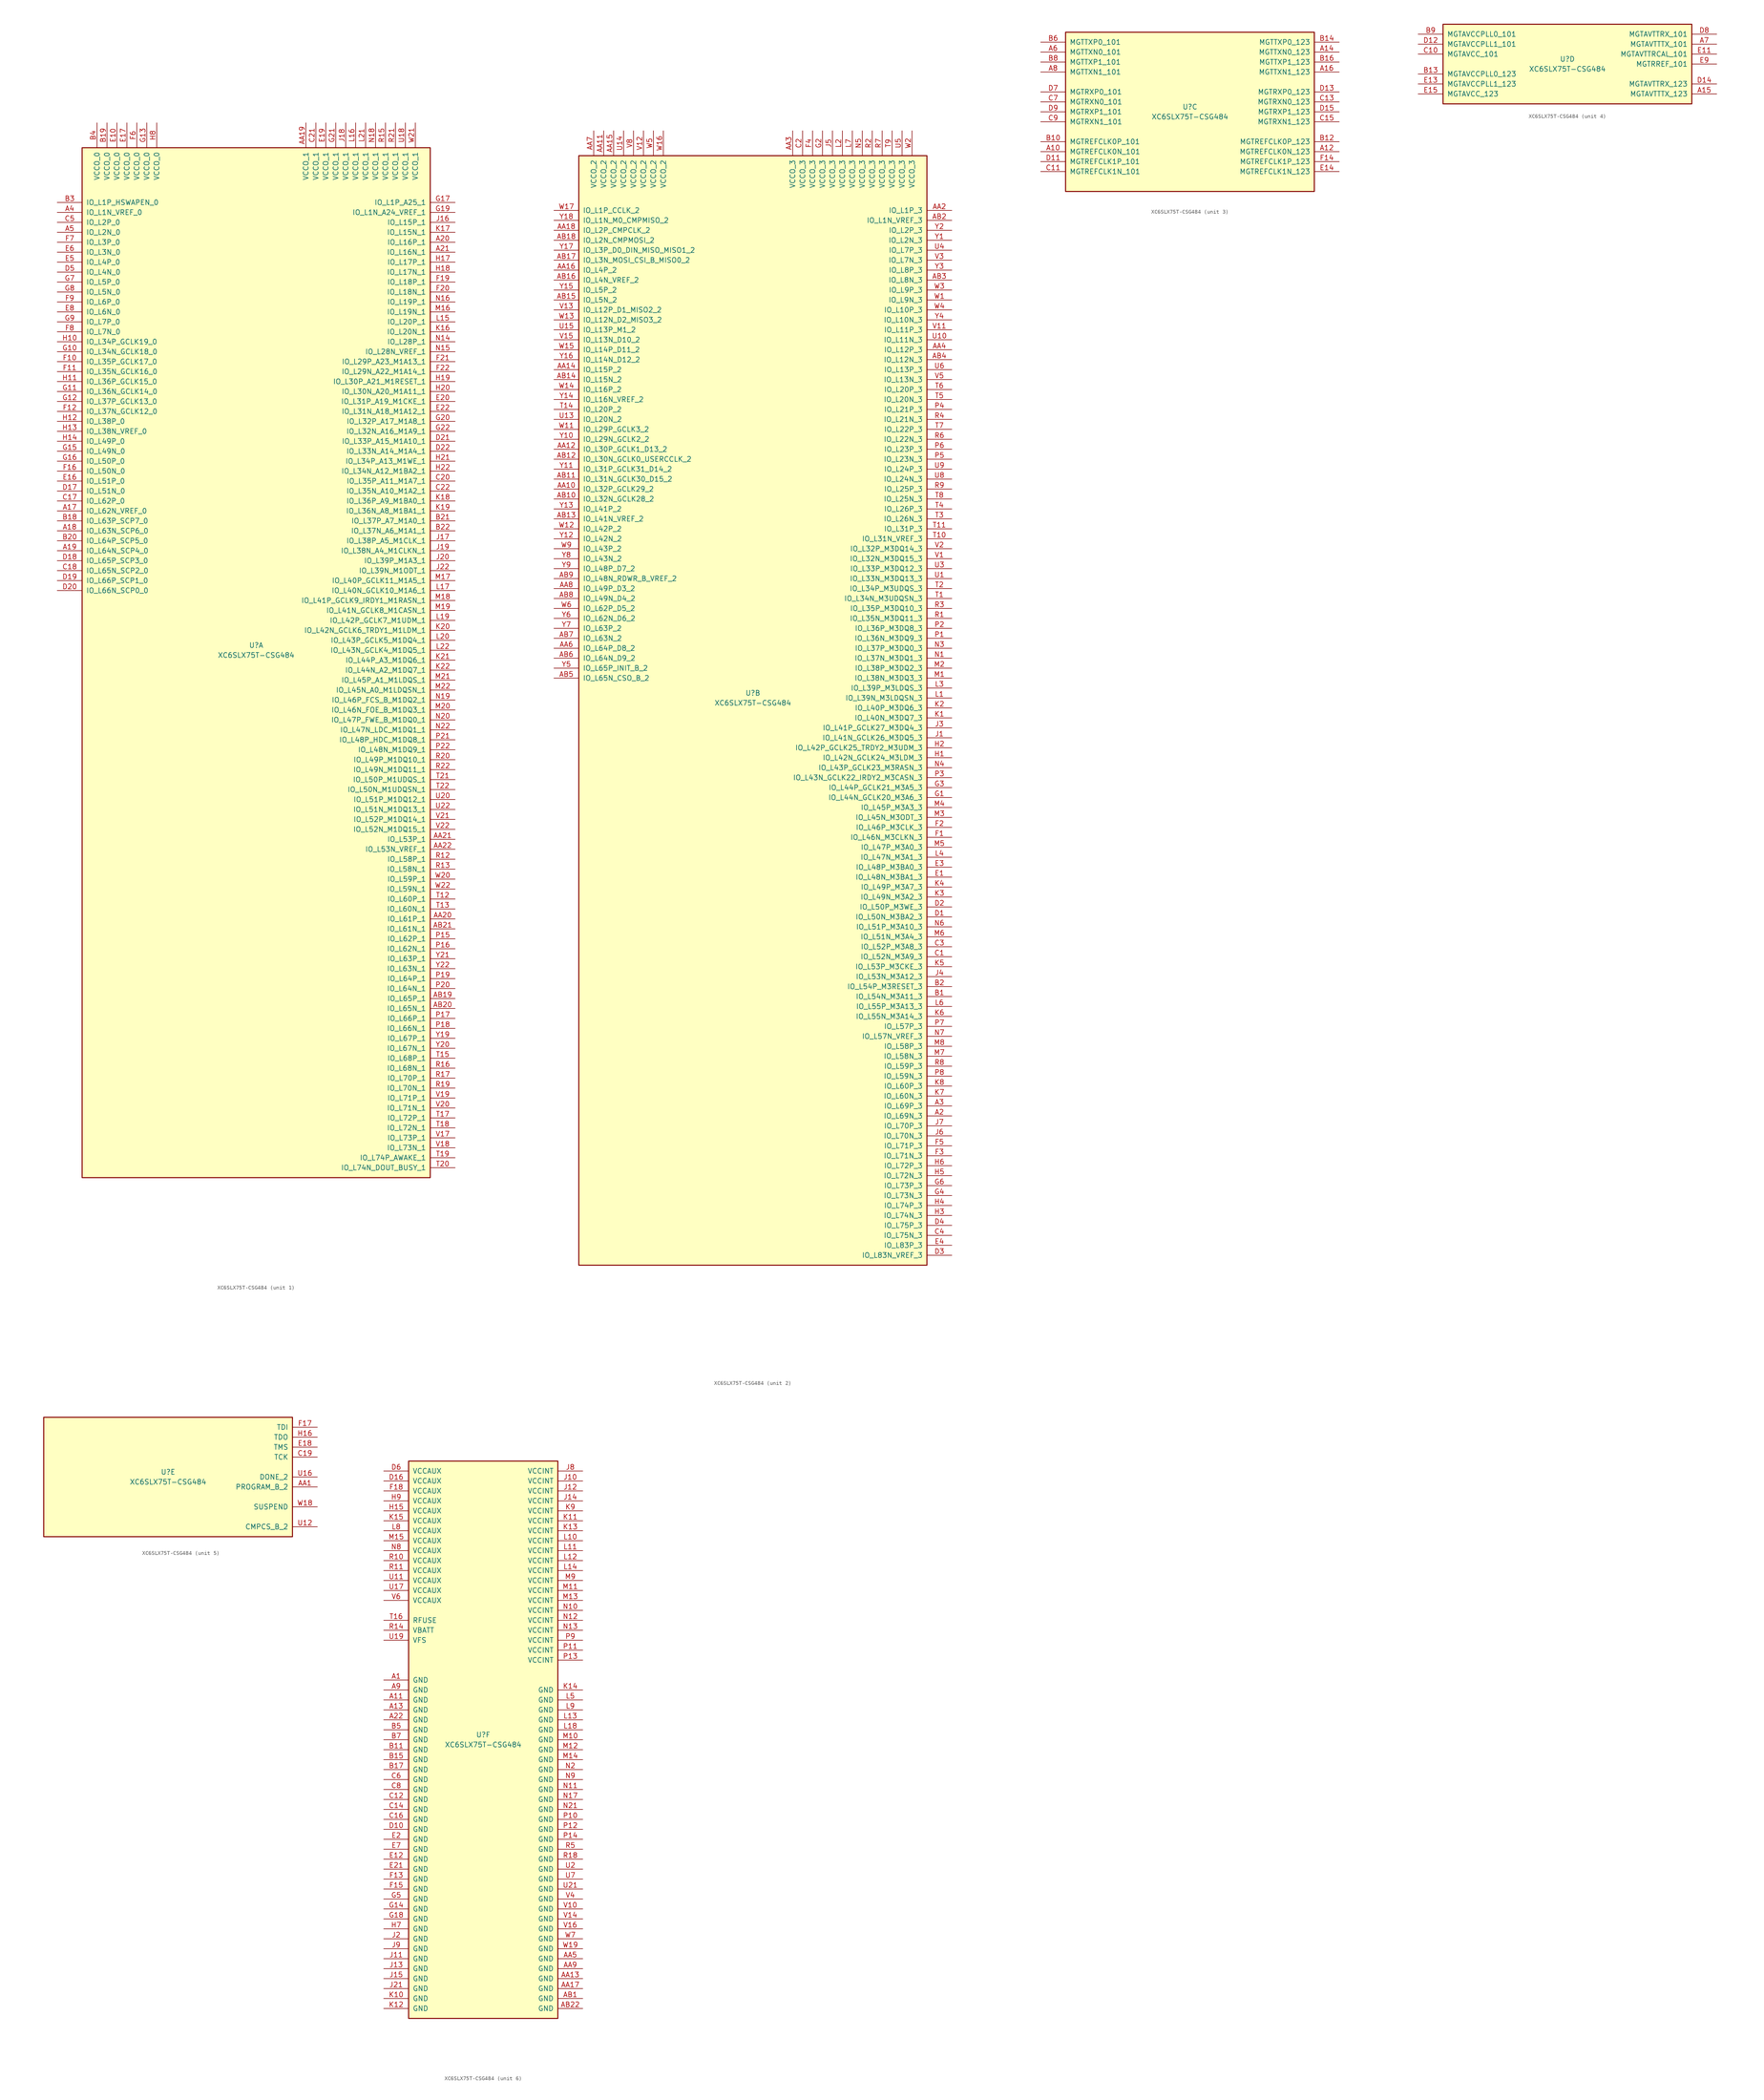
<source format=kicad_sym>
(kicad_symbol_lib
  (version 20201005)
  (generator kicad_symbol_editor)
  (symbol "XC6SLX75T-CSG484"
    (pin_names
      (offset 1.016))
    (property "Reference" "U"
      (at 0 1.27 0)
      (effects (font (size 1.27 1.27))))
    (property "Value" "XC6SLX75T-CSG484"
      (at 0 -1.27 0)
      (effects (font (size 1.27 1.27))))
    (property "Datasheet" ""
      (at 0 0 0)
      (effects (font (size 1.27 1.27))))
    (property "ki_locked" ""
      (at 0 0 0)
      (effects (font (size 1.27 1.27))))
    (symbol "XC6SLX75T-CSG484_1_1"
      (rectangle (start -44.45 128.27) (end 44.45 -134.62) (stroke (width 0.254)) (fill (type background)))
      (pin bidirectional line (at -50.8 35.56 0) (length 6.35) (name "IO_L62N_VREF_0" (effects (font (size 1.27 1.27)))) (number "A17" (effects (font (size 1.27 1.27)))))
      (pin bidirectional line (at -50.8 30.48 0) (length 6.35) (name "IO_L63N_SCP6_0" (effects (font (size 1.27 1.27)))) (number "A18" (effects (font (size 1.27 1.27)))))
      (pin bidirectional line (at -50.8 25.4 0) (length 6.35) (name "IO_L64N_SCP4_0" (effects (font (size 1.27 1.27)))) (number "A19" (effects (font (size 1.27 1.27)))))
      (pin bidirectional line (at 50.8 104.14 180) (length 6.35) (name "IO_L16P_1" (effects (font (size 1.27 1.27)))) (number "A20" (effects (font (size 1.27 1.27)))))
      (pin bidirectional line (at 50.8 101.6 180) (length 6.35) (name "IO_L16N_1" (effects (font (size 1.27 1.27)))) (number "A21" (effects (font (size 1.27 1.27)))))
      (pin bidirectional line (at -50.8 111.76 0) (length 6.35) (name "IO_L1N_VREF_0" (effects (font (size 1.27 1.27)))) (number "A4" (effects (font (size 1.27 1.27)))))
      (pin bidirectional line (at -50.8 106.68 0) (length 6.35) (name "IO_L2N_0" (effects (font (size 1.27 1.27)))) (number "A5" (effects (font (size 1.27 1.27)))))
      (pin power_in line (at 12.7 134.62 270) (length 6.35) (name "VCCO_1" (effects (font (size 1.27 1.27)))) (number "AA19" (effects (font (size 1.27 1.27)))))
      (pin bidirectional line (at 50.8 -68.58 180) (length 6.35) (name "IO_L61P_1" (effects (font (size 1.27 1.27)))) (number "AA20" (effects (font (size 1.27 1.27)))))
      (pin bidirectional line (at 50.8 -48.26 180) (length 6.35) (name "IO_L53P_1" (effects (font (size 1.27 1.27)))) (number "AA21" (effects (font (size 1.27 1.27)))))
      (pin bidirectional line (at 50.8 -50.8 180) (length 6.35) (name "IO_L53N_VREF_1" (effects (font (size 1.27 1.27)))) (number "AA22" (effects (font (size 1.27 1.27)))))
      (pin bidirectional line (at 50.8 -88.9 180) (length 6.35) (name "IO_L65P_1" (effects (font (size 1.27 1.27)))) (number "AB19" (effects (font (size 1.27 1.27)))))
      (pin bidirectional line (at 50.8 -91.44 180) (length 6.35) (name "IO_L65N_1" (effects (font (size 1.27 1.27)))) (number "AB20" (effects (font (size 1.27 1.27)))))
      (pin bidirectional line (at 50.8 -71.12 180) (length 6.35) (name "IO_L61N_1" (effects (font (size 1.27 1.27)))) (number "AB21" (effects (font (size 1.27 1.27)))))
      (pin bidirectional line (at -50.8 33.02 0) (length 6.35) (name "IO_L63P_SCP7_0" (effects (font (size 1.27 1.27)))) (number "B18" (effects (font (size 1.27 1.27)))))
      (pin power_in line (at -38.1 134.62 270) (length 6.35) (name "VCCO_0" (effects (font (size 1.27 1.27)))) (number "B19" (effects (font (size 1.27 1.27)))))
      (pin bidirectional line (at -50.8 27.94 0) (length 6.35) (name "IO_L64P_SCP5_0" (effects (font (size 1.27 1.27)))) (number "B20" (effects (font (size 1.27 1.27)))))
      (pin bidirectional line (at 50.8 33.02 180) (length 6.35) (name "IO_L37P_A7_M1A0_1" (effects (font (size 1.27 1.27)))) (number "B21" (effects (font (size 1.27 1.27)))))
      (pin bidirectional line (at 50.8 30.48 180) (length 6.35) (name "IO_L37N_A6_M1A1_1" (effects (font (size 1.27 1.27)))) (number "B22" (effects (font (size 1.27 1.27)))))
      (pin bidirectional line (at -50.8 114.3 0) (length 6.35) (name "IO_L1P_HSWAPEN_0" (effects (font (size 1.27 1.27)))) (number "B3" (effects (font (size 1.27 1.27)))))
      (pin power_in line (at -40.64 134.62 270) (length 6.35) (name "VCCO_0" (effects (font (size 1.27 1.27)))) (number "B4" (effects (font (size 1.27 1.27)))))
      (pin bidirectional line (at -50.8 38.1 0) (length 6.35) (name "IO_L62P_0" (effects (font (size 1.27 1.27)))) (number "C17" (effects (font (size 1.27 1.27)))))
      (pin bidirectional line (at -50.8 20.32 0) (length 6.35) (name "IO_L65N_SCP2_0" (effects (font (size 1.27 1.27)))) (number "C18" (effects (font (size 1.27 1.27)))))
      (pin bidirectional line (at 50.8 43.18 180) (length 6.35) (name "IO_L35P_A11_M1A7_1" (effects (font (size 1.27 1.27)))) (number "C20" (effects (font (size 1.27 1.27)))))
      (pin power_in line (at 15.24 134.62 270) (length 6.35) (name "VCCO_1" (effects (font (size 1.27 1.27)))) (number "C21" (effects (font (size 1.27 1.27)))))
      (pin bidirectional line (at 50.8 40.64 180) (length 6.35) (name "IO_L35N_A10_M1A2_1" (effects (font (size 1.27 1.27)))) (number "C22" (effects (font (size 1.27 1.27)))))
      (pin bidirectional line (at -50.8 109.22 0) (length 6.35) (name "IO_L2P_0" (effects (font (size 1.27 1.27)))) (number "C5" (effects (font (size 1.27 1.27)))))
      (pin bidirectional line (at -50.8 40.64 0) (length 6.35) (name "IO_L51N_0" (effects (font (size 1.27 1.27)))) (number "D17" (effects (font (size 1.27 1.27)))))
      (pin bidirectional line (at -50.8 22.86 0) (length 6.35) (name "IO_L65P_SCP3_0" (effects (font (size 1.27 1.27)))) (number "D18" (effects (font (size 1.27 1.27)))))
      (pin bidirectional line (at -50.8 17.78 0) (length 6.35) (name "IO_L66P_SCP1_0" (effects (font (size 1.27 1.27)))) (number "D19" (effects (font (size 1.27 1.27)))))
      (pin bidirectional line (at -50.8 15.24 0) (length 6.35) (name "IO_L66N_SCP0_0" (effects (font (size 1.27 1.27)))) (number "D20" (effects (font (size 1.27 1.27)))))
      (pin bidirectional line (at 50.8 53.34 180) (length 6.35) (name "IO_L33P_A15_M1A10_1" (effects (font (size 1.27 1.27)))) (number "D21" (effects (font (size 1.27 1.27)))))
      (pin bidirectional line (at 50.8 50.8 180) (length 6.35) (name "IO_L33N_A14_M1A4_1" (effects (font (size 1.27 1.27)))) (number "D22" (effects (font (size 1.27 1.27)))))
      (pin bidirectional line (at -50.8 96.52 0) (length 6.35) (name "IO_L4N_0" (effects (font (size 1.27 1.27)))) (number "D5" (effects (font (size 1.27 1.27)))))
      (pin power_in line (at -35.56 134.62 270) (length 6.35) (name "VCCO_0" (effects (font (size 1.27 1.27)))) (number "E10" (effects (font (size 1.27 1.27)))))
      (pin bidirectional line (at -50.8 43.18 0) (length 6.35) (name "IO_L51P_0" (effects (font (size 1.27 1.27)))) (number "E16" (effects (font (size 1.27 1.27)))))
      (pin power_in line (at -33.02 134.62 270) (length 6.35) (name "VCCO_0" (effects (font (size 1.27 1.27)))) (number "E17" (effects (font (size 1.27 1.27)))))
      (pin power_in line (at 17.78 134.62 270) (length 6.35) (name "VCCO_1" (effects (font (size 1.27 1.27)))) (number "E19" (effects (font (size 1.27 1.27)))))
      (pin bidirectional line (at 50.8 63.5 180) (length 6.35) (name "IO_L31P_A19_M1CKE_1" (effects (font (size 1.27 1.27)))) (number "E20" (effects (font (size 1.27 1.27)))))
      (pin bidirectional line (at 50.8 60.96 180) (length 6.35) (name "IO_L31N_A18_M1A12_1" (effects (font (size 1.27 1.27)))) (number "E22" (effects (font (size 1.27 1.27)))))
      (pin bidirectional line (at -50.8 99.06 0) (length 6.35) (name "IO_L4P_0" (effects (font (size 1.27 1.27)))) (number "E5" (effects (font (size 1.27 1.27)))))
      (pin bidirectional line (at -50.8 101.6 0) (length 6.35) (name "IO_L3N_0" (effects (font (size 1.27 1.27)))) (number "E6" (effects (font (size 1.27 1.27)))))
      (pin bidirectional line (at -50.8 86.36 0) (length 6.35) (name "IO_L6N_0" (effects (font (size 1.27 1.27)))) (number "E8" (effects (font (size 1.27 1.27)))))
      (pin bidirectional line (at -50.8 73.66 0) (length 6.35) (name "IO_L35P_GCLK17_0" (effects (font (size 1.27 1.27)))) (number "F10" (effects (font (size 1.27 1.27)))))
      (pin bidirectional line (at -50.8 71.12 0) (length 6.35) (name "IO_L35N_GCLK16_0" (effects (font (size 1.27 1.27)))) (number "F11" (effects (font (size 1.27 1.27)))))
      (pin bidirectional line (at -50.8 60.96 0) (length 6.35) (name "IO_L37N_GCLK12_0" (effects (font (size 1.27 1.27)))) (number "F12" (effects (font (size 1.27 1.27)))))
      (pin bidirectional line (at -50.8 45.72 0) (length 6.35) (name "IO_L50N_0" (effects (font (size 1.27 1.27)))) (number "F16" (effects (font (size 1.27 1.27)))))
      (pin bidirectional line (at 50.8 93.98 180) (length 6.35) (name "IO_L18P_1" (effects (font (size 1.27 1.27)))) (number "F19" (effects (font (size 1.27 1.27)))))
      (pin bidirectional line (at 50.8 91.44 180) (length 6.35) (name "IO_L18N_1" (effects (font (size 1.27 1.27)))) (number "F20" (effects (font (size 1.27 1.27)))))
      (pin bidirectional line (at 50.8 73.66 180) (length 6.35) (name "IO_L29P_A23_M1A13_1" (effects (font (size 1.27 1.27)))) (number "F21" (effects (font (size 1.27 1.27)))))
      (pin bidirectional line (at 50.8 71.12 180) (length 6.35) (name "IO_L29N_A22_M1A14_1" (effects (font (size 1.27 1.27)))) (number "F22" (effects (font (size 1.27 1.27)))))
      (pin power_in line (at -30.48 134.62 270) (length 6.35) (name "VCCO_0" (effects (font (size 1.27 1.27)))) (number "F6" (effects (font (size 1.27 1.27)))))
      (pin bidirectional line (at -50.8 104.14 0) (length 6.35) (name "IO_L3P_0" (effects (font (size 1.27 1.27)))) (number "F7" (effects (font (size 1.27 1.27)))))
      (pin bidirectional line (at -50.8 81.28 0) (length 6.35) (name "IO_L7N_0" (effects (font (size 1.27 1.27)))) (number "F8" (effects (font (size 1.27 1.27)))))
      (pin bidirectional line (at -50.8 88.9 0) (length 6.35) (name "IO_L6P_0" (effects (font (size 1.27 1.27)))) (number "F9" (effects (font (size 1.27 1.27)))))
      (pin bidirectional line (at -50.8 76.2 0) (length 6.35) (name "IO_L34N_GCLK18_0" (effects (font (size 1.27 1.27)))) (number "G10" (effects (font (size 1.27 1.27)))))
      (pin bidirectional line (at -50.8 66.04 0) (length 6.35) (name "IO_L36N_GCLK14_0" (effects (font (size 1.27 1.27)))) (number "G11" (effects (font (size 1.27 1.27)))))
      (pin bidirectional line (at -50.8 63.5 0) (length 6.35) (name "IO_L37P_GCLK13_0" (effects (font (size 1.27 1.27)))) (number "G12" (effects (font (size 1.27 1.27)))))
      (pin power_in line (at -27.94 134.62 270) (length 6.35) (name "VCCO_0" (effects (font (size 1.27 1.27)))) (number "G13" (effects (font (size 1.27 1.27)))))
      (pin bidirectional line (at -50.8 50.8 0) (length 6.35) (name "IO_L49N_0" (effects (font (size 1.27 1.27)))) (number "G15" (effects (font (size 1.27 1.27)))))
      (pin bidirectional line (at -50.8 48.26 0) (length 6.35) (name "IO_L50P_0" (effects (font (size 1.27 1.27)))) (number "G16" (effects (font (size 1.27 1.27)))))
      (pin bidirectional line (at 50.8 114.3 180) (length 6.35) (name "IO_L1P_A25_1" (effects (font (size 1.27 1.27)))) (number "G17" (effects (font (size 1.27 1.27)))))
      (pin bidirectional line (at 50.8 111.76 180) (length 6.35) (name "IO_L1N_A24_VREF_1" (effects (font (size 1.27 1.27)))) (number "G19" (effects (font (size 1.27 1.27)))))
      (pin bidirectional line (at 50.8 58.42 180) (length 6.35) (name "IO_L32P_A17_M1A8_1" (effects (font (size 1.27 1.27)))) (number "G20" (effects (font (size 1.27 1.27)))))
      (pin power_in line (at 20.32 134.62 270) (length 6.35) (name "VCCO_1" (effects (font (size 1.27 1.27)))) (number "G21" (effects (font (size 1.27 1.27)))))
      (pin bidirectional line (at 50.8 55.88 180) (length 6.35) (name "IO_L32N_A16_M1A9_1" (effects (font (size 1.27 1.27)))) (number "G22" (effects (font (size 1.27 1.27)))))
      (pin bidirectional line (at -50.8 93.98 0) (length 6.35) (name "IO_L5P_0" (effects (font (size 1.27 1.27)))) (number "G7" (effects (font (size 1.27 1.27)))))
      (pin bidirectional line (at -50.8 91.44 0) (length 6.35) (name "IO_L5N_0" (effects (font (size 1.27 1.27)))) (number "G8" (effects (font (size 1.27 1.27)))))
      (pin bidirectional line (at -50.8 83.82 0) (length 6.35) (name "IO_L7P_0" (effects (font (size 1.27 1.27)))) (number "G9" (effects (font (size 1.27 1.27)))))
      (pin bidirectional line (at -50.8 78.74 0) (length 6.35) (name "IO_L34P_GCLK19_0" (effects (font (size 1.27 1.27)))) (number "H10" (effects (font (size 1.27 1.27)))))
      (pin bidirectional line (at -50.8 68.58 0) (length 6.35) (name "IO_L36P_GCLK15_0" (effects (font (size 1.27 1.27)))) (number "H11" (effects (font (size 1.27 1.27)))))
      (pin bidirectional line (at -50.8 58.42 0) (length 6.35) (name "IO_L38P_0" (effects (font (size 1.27 1.27)))) (number "H12" (effects (font (size 1.27 1.27)))))
      (pin bidirectional line (at -50.8 55.88 0) (length 6.35) (name "IO_L38N_VREF_0" (effects (font (size 1.27 1.27)))) (number "H13" (effects (font (size 1.27 1.27)))))
      (pin bidirectional line (at -50.8 53.34 0) (length 6.35) (name "IO_L49P_0" (effects (font (size 1.27 1.27)))) (number "H14" (effects (font (size 1.27 1.27)))))
      (pin bidirectional line (at 50.8 99.06 180) (length 6.35) (name "IO_L17P_1" (effects (font (size 1.27 1.27)))) (number "H17" (effects (font (size 1.27 1.27)))))
      (pin bidirectional line (at 50.8 96.52 180) (length 6.35) (name "IO_L17N_1" (effects (font (size 1.27 1.27)))) (number "H18" (effects (font (size 1.27 1.27)))))
      (pin bidirectional line (at 50.8 68.58 180) (length 6.35) (name "IO_L30P_A21_M1RESET_1" (effects (font (size 1.27 1.27)))) (number "H19" (effects (font (size 1.27 1.27)))))
      (pin bidirectional line (at 50.8 66.04 180) (length 6.35) (name "IO_L30N_A20_M1A11_1" (effects (font (size 1.27 1.27)))) (number "H20" (effects (font (size 1.27 1.27)))))
      (pin bidirectional line (at 50.8 48.26 180) (length 6.35) (name "IO_L34P_A13_M1WE_1" (effects (font (size 1.27 1.27)))) (number "H21" (effects (font (size 1.27 1.27)))))
      (pin bidirectional line (at 50.8 45.72 180) (length 6.35) (name "IO_L34N_A12_M1BA2_1" (effects (font (size 1.27 1.27)))) (number "H22" (effects (font (size 1.27 1.27)))))
      (pin power_in line (at -25.4 134.62 270) (length 6.35) (name "VCCO_0" (effects (font (size 1.27 1.27)))) (number "H8" (effects (font (size 1.27 1.27)))))
      (pin bidirectional line (at 50.8 109.22 180) (length 6.35) (name "IO_L15P_1" (effects (font (size 1.27 1.27)))) (number "J16" (effects (font (size 1.27 1.27)))))
      (pin bidirectional line (at 50.8 27.94 180) (length 6.35) (name "IO_L38P_A5_M1CLK_1" (effects (font (size 1.27 1.27)))) (number "J17" (effects (font (size 1.27 1.27)))))
      (pin power_in line (at 22.86 134.62 270) (length 6.35) (name "VCCO_1" (effects (font (size 1.27 1.27)))) (number "J18" (effects (font (size 1.27 1.27)))))
      (pin bidirectional line (at 50.8 25.4 180) (length 6.35) (name "IO_L38N_A4_M1CLKN_1" (effects (font (size 1.27 1.27)))) (number "J19" (effects (font (size 1.27 1.27)))))
      (pin bidirectional line (at 50.8 22.86 180) (length 6.35) (name "IO_L39P_M1A3_1" (effects (font (size 1.27 1.27)))) (number "J20" (effects (font (size 1.27 1.27)))))
      (pin bidirectional line (at 50.8 20.32 180) (length 6.35) (name "IO_L39N_M1ODT_1" (effects (font (size 1.27 1.27)))) (number "J22" (effects (font (size 1.27 1.27)))))
      (pin bidirectional line (at 50.8 81.28 180) (length 6.35) (name "IO_L20N_1" (effects (font (size 1.27 1.27)))) (number "K16" (effects (font (size 1.27 1.27)))))
      (pin bidirectional line (at 50.8 106.68 180) (length 6.35) (name "IO_L15N_1" (effects (font (size 1.27 1.27)))) (number "K17" (effects (font (size 1.27 1.27)))))
      (pin bidirectional line (at 50.8 38.1 180) (length 6.35) (name "IO_L36P_A9_M1BA0_1" (effects (font (size 1.27 1.27)))) (number "K18" (effects (font (size 1.27 1.27)))))
      (pin bidirectional line (at 50.8 35.56 180) (length 6.35) (name "IO_L36N_A8_M1BA1_1" (effects (font (size 1.27 1.27)))) (number "K19" (effects (font (size 1.27 1.27)))))
      (pin bidirectional line (at 50.8 5.08 180) (length 6.35) (name "IO_L42N_GCLK6_TRDY1_M1LDM_1" (effects (font (size 1.27 1.27)))) (number "K20" (effects (font (size 1.27 1.27)))))
      (pin bidirectional line (at 50.8 -2.54 180) (length 6.35) (name "IO_L44P_A3_M1DQ6_1" (effects (font (size 1.27 1.27)))) (number "K21" (effects (font (size 1.27 1.27)))))
      (pin bidirectional line (at 50.8 -5.08 180) (length 6.35) (name "IO_L44N_A2_M1DQ7_1" (effects (font (size 1.27 1.27)))) (number "K22" (effects (font (size 1.27 1.27)))))
      (pin bidirectional line (at 50.8 83.82 180) (length 6.35) (name "IO_L20P_1" (effects (font (size 1.27 1.27)))) (number "L15" (effects (font (size 1.27 1.27)))))
      (pin power_in line (at 25.4 134.62 270) (length 6.35) (name "VCCO_1" (effects (font (size 1.27 1.27)))) (number "L16" (effects (font (size 1.27 1.27)))))
      (pin bidirectional line (at 50.8 15.24 180) (length 6.35) (name "IO_L40N_GCLK10_M1A6_1" (effects (font (size 1.27 1.27)))) (number "L17" (effects (font (size 1.27 1.27)))))
      (pin bidirectional line (at 50.8 7.62 180) (length 6.35) (name "IO_L42P_GCLK7_M1UDM_1" (effects (font (size 1.27 1.27)))) (number "L19" (effects (font (size 1.27 1.27)))))
      (pin bidirectional line (at 50.8 2.54 180) (length 6.35) (name "IO_L43P_GCLK5_M1DQ4_1" (effects (font (size 1.27 1.27)))) (number "L20" (effects (font (size 1.27 1.27)))))
      (pin power_in line (at 27.94 134.62 270) (length 6.35) (name "VCCO_1" (effects (font (size 1.27 1.27)))) (number "L21" (effects (font (size 1.27 1.27)))))
      (pin bidirectional line (at 50.8 0 180) (length 6.35) (name "IO_L43N_GCLK4_M1DQ5_1" (effects (font (size 1.27 1.27)))) (number "L22" (effects (font (size 1.27 1.27)))))
      (pin bidirectional line (at 50.8 86.36 180) (length 6.35) (name "IO_L19N_1" (effects (font (size 1.27 1.27)))) (number "M16" (effects (font (size 1.27 1.27)))))
      (pin bidirectional line (at 50.8 17.78 180) (length 6.35) (name "IO_L40P_GCLK11_M1A5_1" (effects (font (size 1.27 1.27)))) (number "M17" (effects (font (size 1.27 1.27)))))
      (pin bidirectional line (at 50.8 12.7 180) (length 6.35) (name "IO_L41P_GCLK9_IRDY1_M1RASN_1" (effects (font (size 1.27 1.27)))) (number "M18" (effects (font (size 1.27 1.27)))))
      (pin bidirectional line (at 50.8 10.16 180) (length 6.35) (name "IO_L41N_GCLK8_M1CASN_1" (effects (font (size 1.27 1.27)))) (number "M19" (effects (font (size 1.27 1.27)))))
      (pin bidirectional line (at 50.8 -15.24 180) (length 6.35) (name "IO_L46N_FOE_B_M1DQ3_1" (effects (font (size 1.27 1.27)))) (number "M20" (effects (font (size 1.27 1.27)))))
      (pin bidirectional line (at 50.8 -7.62 180) (length 6.35) (name "IO_L45P_A1_M1LDQS_1" (effects (font (size 1.27 1.27)))) (number "M21" (effects (font (size 1.27 1.27)))))
      (pin bidirectional line (at 50.8 -10.16 180) (length 6.35) (name "IO_L45N_A0_M1LDQSN_1" (effects (font (size 1.27 1.27)))) (number "M22" (effects (font (size 1.27 1.27)))))
      (pin bidirectional line (at 50.8 78.74 180) (length 6.35) (name "IO_L28P_1" (effects (font (size 1.27 1.27)))) (number "N14" (effects (font (size 1.27 1.27)))))
      (pin bidirectional line (at 50.8 76.2 180) (length 6.35) (name "IO_L28N_VREF_1" (effects (font (size 1.27 1.27)))) (number "N15" (effects (font (size 1.27 1.27)))))
      (pin bidirectional line (at 50.8 88.9 180) (length 6.35) (name "IO_L19P_1" (effects (font (size 1.27 1.27)))) (number "N16" (effects (font (size 1.27 1.27)))))
      (pin power_in line (at 30.48 134.62 270) (length 6.35) (name "VCCO_1" (effects (font (size 1.27 1.27)))) (number "N18" (effects (font (size 1.27 1.27)))))
      (pin bidirectional line (at 50.8 -12.7 180) (length 6.35) (name "IO_L46P_FCS_B_M1DQ2_1" (effects (font (size 1.27 1.27)))) (number "N19" (effects (font (size 1.27 1.27)))))
      (pin bidirectional line (at 50.8 -17.78 180) (length 6.35) (name "IO_L47P_FWE_B_M1DQ0_1" (effects (font (size 1.27 1.27)))) (number "N20" (effects (font (size 1.27 1.27)))))
      (pin bidirectional line (at 50.8 -20.32 180) (length 6.35) (name "IO_L47N_LDC_M1DQ1_1" (effects (font (size 1.27 1.27)))) (number "N22" (effects (font (size 1.27 1.27)))))
      (pin bidirectional line (at 50.8 -73.66 180) (length 6.35) (name "IO_L62P_1" (effects (font (size 1.27 1.27)))) (number "P15" (effects (font (size 1.27 1.27)))))
      (pin bidirectional line (at 50.8 -76.2 180) (length 6.35) (name "IO_L62N_1" (effects (font (size 1.27 1.27)))) (number "P16" (effects (font (size 1.27 1.27)))))
      (pin bidirectional line (at 50.8 -93.98 180) (length 6.35) (name "IO_L66P_1" (effects (font (size 1.27 1.27)))) (number "P17" (effects (font (size 1.27 1.27)))))
      (pin bidirectional line (at 50.8 -96.52 180) (length 6.35) (name "IO_L66N_1" (effects (font (size 1.27 1.27)))) (number "P18" (effects (font (size 1.27 1.27)))))
      (pin bidirectional line (at 50.8 -83.82 180) (length 6.35) (name "IO_L64P_1" (effects (font (size 1.27 1.27)))) (number "P19" (effects (font (size 1.27 1.27)))))
      (pin bidirectional line (at 50.8 -86.36 180) (length 6.35) (name "IO_L64N_1" (effects (font (size 1.27 1.27)))) (number "P20" (effects (font (size 1.27 1.27)))))
      (pin bidirectional line (at 50.8 -22.86 180) (length 6.35) (name "IO_L48P_HDC_M1DQ8_1" (effects (font (size 1.27 1.27)))) (number "P21" (effects (font (size 1.27 1.27)))))
      (pin bidirectional line (at 50.8 -25.4 180) (length 6.35) (name "IO_L48N_M1DQ9_1" (effects (font (size 1.27 1.27)))) (number "P22" (effects (font (size 1.27 1.27)))))
      (pin bidirectional line (at 50.8 -53.34 180) (length 6.35) (name "IO_L58P_1" (effects (font (size 1.27 1.27)))) (number "R12" (effects (font (size 1.27 1.27)))))
      (pin bidirectional line (at 50.8 -55.88 180) (length 6.35) (name "IO_L58N_1" (effects (font (size 1.27 1.27)))) (number "R13" (effects (font (size 1.27 1.27)))))
      (pin power_in line (at 33.02 134.62 270) (length 6.35) (name "VCCO_1" (effects (font (size 1.27 1.27)))) (number "R15" (effects (font (size 1.27 1.27)))))
      (pin bidirectional line (at 50.8 -106.68 180) (length 6.35) (name "IO_L68N_1" (effects (font (size 1.27 1.27)))) (number "R16" (effects (font (size 1.27 1.27)))))
      (pin bidirectional line (at 50.8 -109.22 180) (length 6.35) (name "IO_L70P_1" (effects (font (size 1.27 1.27)))) (number "R17" (effects (font (size 1.27 1.27)))))
      (pin bidirectional line (at 50.8 -111.76 180) (length 6.35) (name "IO_L70N_1" (effects (font (size 1.27 1.27)))) (number "R19" (effects (font (size 1.27 1.27)))))
      (pin bidirectional line (at 50.8 -27.94 180) (length 6.35) (name "IO_L49P_M1DQ10_1" (effects (font (size 1.27 1.27)))) (number "R20" (effects (font (size 1.27 1.27)))))
      (pin power_in line (at 35.56 134.62 270) (length 6.35) (name "VCCO_1" (effects (font (size 1.27 1.27)))) (number "R21" (effects (font (size 1.27 1.27)))))
      (pin bidirectional line (at 50.8 -30.48 180) (length 6.35) (name "IO_L49N_M1DQ11_1" (effects (font (size 1.27 1.27)))) (number "R22" (effects (font (size 1.27 1.27)))))
      (pin bidirectional line (at 50.8 -63.5 180) (length 6.35) (name "IO_L60P_1" (effects (font (size 1.27 1.27)))) (number "T12" (effects (font (size 1.27 1.27)))))
      (pin bidirectional line (at 50.8 -66.04 180) (length 6.35) (name "IO_L60N_1" (effects (font (size 1.27 1.27)))) (number "T13" (effects (font (size 1.27 1.27)))))
      (pin bidirectional line (at 50.8 -104.14 180) (length 6.35) (name "IO_L68P_1" (effects (font (size 1.27 1.27)))) (number "T15" (effects (font (size 1.27 1.27)))))
      (pin bidirectional line (at 50.8 -119.38 180) (length 6.35) (name "IO_L72P_1" (effects (font (size 1.27 1.27)))) (number "T17" (effects (font (size 1.27 1.27)))))
      (pin bidirectional line (at 50.8 -121.92 180) (length 6.35) (name "IO_L72N_1" (effects (font (size 1.27 1.27)))) (number "T18" (effects (font (size 1.27 1.27)))))
      (pin bidirectional line (at 50.8 -129.54 180) (length 6.35) (name "IO_L74P_AWAKE_1" (effects (font (size 1.27 1.27)))) (number "T19" (effects (font (size 1.27 1.27)))))
      (pin bidirectional line (at 50.8 -132.08 180) (length 6.35) (name "IO_L74N_DOUT_BUSY_1" (effects (font (size 1.27 1.27)))) (number "T20" (effects (font (size 1.27 1.27)))))
      (pin bidirectional line (at 50.8 -33.02 180) (length 6.35) (name "IO_L50P_M1UDQS_1" (effects (font (size 1.27 1.27)))) (number "T21" (effects (font (size 1.27 1.27)))))
      (pin bidirectional line (at 50.8 -35.56 180) (length 6.35) (name "IO_L50N_M1UDQSN_1" (effects (font (size 1.27 1.27)))) (number "T22" (effects (font (size 1.27 1.27)))))
      (pin power_in line (at 38.1 134.62 270) (length 6.35) (name "VCCO_1" (effects (font (size 1.27 1.27)))) (number "U18" (effects (font (size 1.27 1.27)))))
      (pin bidirectional line (at 50.8 -38.1 180) (length 6.35) (name "IO_L51P_M1DQ12_1" (effects (font (size 1.27 1.27)))) (number "U20" (effects (font (size 1.27 1.27)))))
      (pin bidirectional line (at 50.8 -40.64 180) (length 6.35) (name "IO_L51N_M1DQ13_1" (effects (font (size 1.27 1.27)))) (number "U22" (effects (font (size 1.27 1.27)))))
      (pin bidirectional line (at 50.8 -124.46 180) (length 6.35) (name "IO_L73P_1" (effects (font (size 1.27 1.27)))) (number "V17" (effects (font (size 1.27 1.27)))))
      (pin bidirectional line (at 50.8 -127 180) (length 6.35) (name "IO_L73N_1" (effects (font (size 1.27 1.27)))) (number "V18" (effects (font (size 1.27 1.27)))))
      (pin bidirectional line (at 50.8 -114.3 180) (length 6.35) (name "IO_L71P_1" (effects (font (size 1.27 1.27)))) (number "V19" (effects (font (size 1.27 1.27)))))
      (pin bidirectional line (at 50.8 -116.84 180) (length 6.35) (name "IO_L71N_1" (effects (font (size 1.27 1.27)))) (number "V20" (effects (font (size 1.27 1.27)))))
      (pin bidirectional line (at 50.8 -43.18 180) (length 6.35) (name "IO_L52P_M1DQ14_1" (effects (font (size 1.27 1.27)))) (number "V21" (effects (font (size 1.27 1.27)))))
      (pin bidirectional line (at 50.8 -45.72 180) (length 6.35) (name "IO_L52N_M1DQ15_1" (effects (font (size 1.27 1.27)))) (number "V22" (effects (font (size 1.27 1.27)))))
      (pin bidirectional line (at 50.8 -58.42 180) (length 6.35) (name "IO_L59P_1" (effects (font (size 1.27 1.27)))) (number "W20" (effects (font (size 1.27 1.27)))))
      (pin power_in line (at 40.64 134.62 270) (length 6.35) (name "VCCO_1" (effects (font (size 1.27 1.27)))) (number "W21" (effects (font (size 1.27 1.27)))))
      (pin bidirectional line (at 50.8 -60.96 180) (length 6.35) (name "IO_L59N_1" (effects (font (size 1.27 1.27)))) (number "W22" (effects (font (size 1.27 1.27)))))
      (pin bidirectional line (at 50.8 -99.06 180) (length 6.35) (name "IO_L67P_1" (effects (font (size 1.27 1.27)))) (number "Y19" (effects (font (size 1.27 1.27)))))
      (pin bidirectional line (at 50.8 -101.6 180) (length 6.35) (name "IO_L67N_1" (effects (font (size 1.27 1.27)))) (number "Y20" (effects (font (size 1.27 1.27)))))
      (pin bidirectional line (at 50.8 -78.74 180) (length 6.35) (name "IO_L63P_1" (effects (font (size 1.27 1.27)))) (number "Y21" (effects (font (size 1.27 1.27)))))
      (pin bidirectional line (at 50.8 -81.28 180) (length 6.35) (name "IO_L63N_1" (effects (font (size 1.27 1.27)))) (number "Y22" (effects (font (size 1.27 1.27))))))
    (symbol "XC6SLX75T-CSG484_2_1"
      (rectangle (start -44.45 138.43) (end 44.45 -144.78) (stroke (width 0.254)) (fill (type background)))
      (pin bidirectional line (at 50.8 -106.68 180) (length 6.35) (name "IO_L69N_3" (effects (font (size 1.27 1.27)))) (number "A2" (effects (font (size 1.27 1.27)))))
      (pin bidirectional line (at 50.8 -104.14 180) (length 6.35) (name "IO_L69P_3" (effects (font (size 1.27 1.27)))) (number "A3" (effects (font (size 1.27 1.27)))))
      (pin bidirectional line (at -50.8 53.34 0) (length 6.35) (name "IO_L32P_GCLK29_2" (effects (font (size 1.27 1.27)))) (number "AA10" (effects (font (size 1.27 1.27)))))
      (pin power_in line (at -38.1 144.78 270) (length 6.35) (name "VCCO_2" (effects (font (size 1.27 1.27)))) (number "AA11" (effects (font (size 1.27 1.27)))))
      (pin bidirectional line (at -50.8 63.5 0) (length 6.35) (name "IO_L30P_GCLK1_D13_2" (effects (font (size 1.27 1.27)))) (number "AA12" (effects (font (size 1.27 1.27)))))
      (pin bidirectional line (at -50.8 83.82 0) (length 6.35) (name "IO_L15P_2" (effects (font (size 1.27 1.27)))) (number "AA14" (effects (font (size 1.27 1.27)))))
      (pin power_in line (at -35.56 144.78 270) (length 6.35) (name "VCCO_2" (effects (font (size 1.27 1.27)))) (number "AA15" (effects (font (size 1.27 1.27)))))
      (pin bidirectional line (at -50.8 109.22 0) (length 6.35) (name "IO_L4P_2" (effects (font (size 1.27 1.27)))) (number "AA16" (effects (font (size 1.27 1.27)))))
      (pin bidirectional line (at -50.8 119.38 0) (length 6.35) (name "IO_L2P_CMPCLK_2" (effects (font (size 1.27 1.27)))) (number "AA18" (effects (font (size 1.27 1.27)))))
      (pin bidirectional line (at 50.8 124.46 180) (length 6.35) (name "IO_L1P_3" (effects (font (size 1.27 1.27)))) (number "AA2" (effects (font (size 1.27 1.27)))))
      (pin power_in line (at 10.16 144.78 270) (length 6.35) (name "VCCO_3" (effects (font (size 1.27 1.27)))) (number "AA3" (effects (font (size 1.27 1.27)))))
      (pin bidirectional line (at 50.8 88.9 180) (length 6.35) (name "IO_L12P_3" (effects (font (size 1.27 1.27)))) (number "AA4" (effects (font (size 1.27 1.27)))))
      (pin bidirectional line (at -50.8 12.7 0) (length 6.35) (name "IO_L64P_D8_2" (effects (font (size 1.27 1.27)))) (number "AA6" (effects (font (size 1.27 1.27)))))
      (pin power_in line (at -40.64 144.78 270) (length 6.35) (name "VCCO_2" (effects (font (size 1.27 1.27)))) (number "AA7" (effects (font (size 1.27 1.27)))))
      (pin bidirectional line (at -50.8 27.94 0) (length 6.35) (name "IO_L49P_D3_2" (effects (font (size 1.27 1.27)))) (number "AA8" (effects (font (size 1.27 1.27)))))
      (pin bidirectional line (at -50.8 50.8 0) (length 6.35) (name "IO_L32N_GCLK28_2" (effects (font (size 1.27 1.27)))) (number "AB10" (effects (font (size 1.27 1.27)))))
      (pin bidirectional line (at -50.8 55.88 0) (length 6.35) (name "IO_L31N_GCLK30_D15_2" (effects (font (size 1.27 1.27)))) (number "AB11" (effects (font (size 1.27 1.27)))))
      (pin bidirectional line (at -50.8 60.96 0) (length 6.35) (name "IO_L30N_GCLK0_USERCCLK_2" (effects (font (size 1.27 1.27)))) (number "AB12" (effects (font (size 1.27 1.27)))))
      (pin bidirectional line (at -50.8 45.72 0) (length 6.35) (name "IO_L41N_VREF_2" (effects (font (size 1.27 1.27)))) (number "AB13" (effects (font (size 1.27 1.27)))))
      (pin bidirectional line (at -50.8 81.28 0) (length 6.35) (name "IO_L15N_2" (effects (font (size 1.27 1.27)))) (number "AB14" (effects (font (size 1.27 1.27)))))
      (pin bidirectional line (at -50.8 101.6 0) (length 6.35) (name "IO_L5N_2" (effects (font (size 1.27 1.27)))) (number "AB15" (effects (font (size 1.27 1.27)))))
      (pin bidirectional line (at -50.8 106.68 0) (length 6.35) (name "IO_L4N_VREF_2" (effects (font (size 1.27 1.27)))) (number "AB16" (effects (font (size 1.27 1.27)))))
      (pin bidirectional line (at -50.8 111.76 0) (length 6.35) (name "IO_L3N_MOSI_CSI_B_MISO0_2" (effects (font (size 1.27 1.27)))) (number "AB17" (effects (font (size 1.27 1.27)))))
      (pin bidirectional line (at -50.8 116.84 0) (length 6.35) (name "IO_L2N_CMPMOSI_2" (effects (font (size 1.27 1.27)))) (number "AB18" (effects (font (size 1.27 1.27)))))
      (pin bidirectional line (at 50.8 121.92 180) (length 6.35) (name "IO_L1N_VREF_3" (effects (font (size 1.27 1.27)))) (number "AB2" (effects (font (size 1.27 1.27)))))
      (pin bidirectional line (at 50.8 106.68 180) (length 6.35) (name "IO_L8N_3" (effects (font (size 1.27 1.27)))) (number "AB3" (effects (font (size 1.27 1.27)))))
      (pin bidirectional line (at 50.8 86.36 180) (length 6.35) (name "IO_L12N_3" (effects (font (size 1.27 1.27)))) (number "AB4" (effects (font (size 1.27 1.27)))))
      (pin bidirectional line (at -50.8 5.08 0) (length 6.35) (name "IO_L65N_CSO_B_2" (effects (font (size 1.27 1.27)))) (number "AB5" (effects (font (size 1.27 1.27)))))
      (pin bidirectional line (at -50.8 10.16 0) (length 6.35) (name "IO_L64N_D9_2" (effects (font (size 1.27 1.27)))) (number "AB6" (effects (font (size 1.27 1.27)))))
      (pin bidirectional line (at -50.8 15.24 0) (length 6.35) (name "IO_L63N_2" (effects (font (size 1.27 1.27)))) (number "AB7" (effects (font (size 1.27 1.27)))))
      (pin bidirectional line (at -50.8 25.4 0) (length 6.35) (name "IO_L49N_D4_2" (effects (font (size 1.27 1.27)))) (number "AB8" (effects (font (size 1.27 1.27)))))
      (pin bidirectional line (at -50.8 30.48 0) (length 6.35) (name "IO_L48N_RDWR_B_VREF_2" (effects (font (size 1.27 1.27)))) (number "AB9" (effects (font (size 1.27 1.27)))))
      (pin bidirectional line (at 50.8 -76.2 180) (length 6.35) (name "IO_L54N_M3A11_3" (effects (font (size 1.27 1.27)))) (number "B1" (effects (font (size 1.27 1.27)))))
      (pin bidirectional line (at 50.8 -73.66 180) (length 6.35) (name "IO_L54P_M3RESET_3" (effects (font (size 1.27 1.27)))) (number "B2" (effects (font (size 1.27 1.27)))))
      (pin bidirectional line (at 50.8 -66.04 180) (length 6.35) (name "IO_L52N_M3A9_3" (effects (font (size 1.27 1.27)))) (number "C1" (effects (font (size 1.27 1.27)))))
      (pin power_in line (at 12.7 144.78 270) (length 6.35) (name "VCCO_3" (effects (font (size 1.27 1.27)))) (number "C2" (effects (font (size 1.27 1.27)))))
      (pin bidirectional line (at 50.8 -63.5 180) (length 6.35) (name "IO_L52P_M3A8_3" (effects (font (size 1.27 1.27)))) (number "C3" (effects (font (size 1.27 1.27)))))
      (pin bidirectional line (at 50.8 -137.16 180) (length 6.35) (name "IO_L75N_3" (effects (font (size 1.27 1.27)))) (number "C4" (effects (font (size 1.27 1.27)))))
      (pin bidirectional line (at 50.8 -55.88 180) (length 6.35) (name "IO_L50N_M3BA2_3" (effects (font (size 1.27 1.27)))) (number "D1" (effects (font (size 1.27 1.27)))))
      (pin bidirectional line (at 50.8 -53.34 180) (length 6.35) (name "IO_L50P_M3WE_3" (effects (font (size 1.27 1.27)))) (number "D2" (effects (font (size 1.27 1.27)))))
      (pin bidirectional line (at 50.8 -142.24 180) (length 6.35) (name "IO_L83N_VREF_3" (effects (font (size 1.27 1.27)))) (number "D3" (effects (font (size 1.27 1.27)))))
      (pin bidirectional line (at 50.8 -134.62 180) (length 6.35) (name "IO_L75P_3" (effects (font (size 1.27 1.27)))) (number "D4" (effects (font (size 1.27 1.27)))))
      (pin bidirectional line (at 50.8 -45.72 180) (length 6.35) (name "IO_L48N_M3BA1_3" (effects (font (size 1.27 1.27)))) (number "E1" (effects (font (size 1.27 1.27)))))
      (pin bidirectional line (at 50.8 -43.18 180) (length 6.35) (name "IO_L48P_M3BA0_3" (effects (font (size 1.27 1.27)))) (number "E3" (effects (font (size 1.27 1.27)))))
      (pin bidirectional line (at 50.8 -139.7 180) (length 6.35) (name "IO_L83P_3" (effects (font (size 1.27 1.27)))) (number "E4" (effects (font (size 1.27 1.27)))))
      (pin bidirectional line (at 50.8 -35.56 180) (length 6.35) (name "IO_L46N_M3CLKN_3" (effects (font (size 1.27 1.27)))) (number "F1" (effects (font (size 1.27 1.27)))))
      (pin bidirectional line (at 50.8 -33.02 180) (length 6.35) (name "IO_L46P_M3CLK_3" (effects (font (size 1.27 1.27)))) (number "F2" (effects (font (size 1.27 1.27)))))
      (pin bidirectional line (at 50.8 -116.84 180) (length 6.35) (name "IO_L71N_3" (effects (font (size 1.27 1.27)))) (number "F3" (effects (font (size 1.27 1.27)))))
      (pin power_in line (at 15.24 144.78 270) (length 6.35) (name "VCCO_3" (effects (font (size 1.27 1.27)))) (number "F4" (effects (font (size 1.27 1.27)))))
      (pin bidirectional line (at 50.8 -114.3 180) (length 6.35) (name "IO_L71P_3" (effects (font (size 1.27 1.27)))) (number "F5" (effects (font (size 1.27 1.27)))))
      (pin bidirectional line (at 50.8 -25.4 180) (length 6.35) (name "IO_L44N_GCLK20_M3A6_3" (effects (font (size 1.27 1.27)))) (number "G1" (effects (font (size 1.27 1.27)))))
      (pin power_in line (at 17.78 144.78 270) (length 6.35) (name "VCCO_3" (effects (font (size 1.27 1.27)))) (number "G2" (effects (font (size 1.27 1.27)))))
      (pin bidirectional line (at 50.8 -22.86 180) (length 6.35) (name "IO_L44P_GCLK21_M3A5_3" (effects (font (size 1.27 1.27)))) (number "G3" (effects (font (size 1.27 1.27)))))
      (pin bidirectional line (at 50.8 -127 180) (length 6.35) (name "IO_L73N_3" (effects (font (size 1.27 1.27)))) (number "G4" (effects (font (size 1.27 1.27)))))
      (pin bidirectional line (at 50.8 -124.46 180) (length 6.35) (name "IO_L73P_3" (effects (font (size 1.27 1.27)))) (number "G6" (effects (font (size 1.27 1.27)))))
      (pin bidirectional line (at 50.8 -15.24 180) (length 6.35) (name "IO_L42N_GCLK24_M3LDM_3" (effects (font (size 1.27 1.27)))) (number "H1" (effects (font (size 1.27 1.27)))))
      (pin bidirectional line (at 50.8 -12.7 180) (length 6.35) (name "IO_L42P_GCLK25_TRDY2_M3UDM_3" (effects (font (size 1.27 1.27)))) (number "H2" (effects (font (size 1.27 1.27)))))
      (pin bidirectional line (at 50.8 -132.08 180) (length 6.35) (name "IO_L74N_3" (effects (font (size 1.27 1.27)))) (number "H3" (effects (font (size 1.27 1.27)))))
      (pin bidirectional line (at 50.8 -129.54 180) (length 6.35) (name "IO_L74P_3" (effects (font (size 1.27 1.27)))) (number "H4" (effects (font (size 1.27 1.27)))))
      (pin bidirectional line (at 50.8 -121.92 180) (length 6.35) (name "IO_L72N_3" (effects (font (size 1.27 1.27)))) (number "H5" (effects (font (size 1.27 1.27)))))
      (pin bidirectional line (at 50.8 -119.38 180) (length 6.35) (name "IO_L72P_3" (effects (font (size 1.27 1.27)))) (number "H6" (effects (font (size 1.27 1.27)))))
      (pin bidirectional line (at 50.8 -10.16 180) (length 6.35) (name "IO_L41N_GCLK26_M3DQ5_3" (effects (font (size 1.27 1.27)))) (number "J1" (effects (font (size 1.27 1.27)))))
      (pin bidirectional line (at 50.8 -7.62 180) (length 6.35) (name "IO_L41P_GCLK27_M3DQ4_3" (effects (font (size 1.27 1.27)))) (number "J3" (effects (font (size 1.27 1.27)))))
      (pin bidirectional line (at 50.8 -71.12 180) (length 6.35) (name "IO_L53N_M3A12_3" (effects (font (size 1.27 1.27)))) (number "J4" (effects (font (size 1.27 1.27)))))
      (pin power_in line (at 20.32 144.78 270) (length 6.35) (name "VCCO_3" (effects (font (size 1.27 1.27)))) (number "J5" (effects (font (size 1.27 1.27)))))
      (pin bidirectional line (at 50.8 -111.76 180) (length 6.35) (name "IO_L70N_3" (effects (font (size 1.27 1.27)))) (number "J6" (effects (font (size 1.27 1.27)))))
      (pin bidirectional line (at 50.8 -109.22 180) (length 6.35) (name "IO_L70P_3" (effects (font (size 1.27 1.27)))) (number "J7" (effects (font (size 1.27 1.27)))))
      (pin bidirectional line (at 50.8 -5.08 180) (length 6.35) (name "IO_L40N_M3DQ7_3" (effects (font (size 1.27 1.27)))) (number "K1" (effects (font (size 1.27 1.27)))))
      (pin bidirectional line (at 50.8 -2.54 180) (length 6.35) (name "IO_L40P_M3DQ6_3" (effects (font (size 1.27 1.27)))) (number "K2" (effects (font (size 1.27 1.27)))))
      (pin bidirectional line (at 50.8 -50.8 180) (length 6.35) (name "IO_L49N_M3A2_3" (effects (font (size 1.27 1.27)))) (number "K3" (effects (font (size 1.27 1.27)))))
      (pin bidirectional line (at 50.8 -48.26 180) (length 6.35) (name "IO_L49P_M3A7_3" (effects (font (size 1.27 1.27)))) (number "K4" (effects (font (size 1.27 1.27)))))
      (pin bidirectional line (at 50.8 -68.58 180) (length 6.35) (name "IO_L53P_M3CKE_3" (effects (font (size 1.27 1.27)))) (number "K5" (effects (font (size 1.27 1.27)))))
      (pin bidirectional line (at 50.8 -81.28 180) (length 6.35) (name "IO_L55N_M3A14_3" (effects (font (size 1.27 1.27)))) (number "K6" (effects (font (size 1.27 1.27)))))
      (pin bidirectional line (at 50.8 -101.6 180) (length 6.35) (name "IO_L60N_3" (effects (font (size 1.27 1.27)))) (number "K7" (effects (font (size 1.27 1.27)))))
      (pin bidirectional line (at 50.8 -99.06 180) (length 6.35) (name "IO_L60P_3" (effects (font (size 1.27 1.27)))) (number "K8" (effects (font (size 1.27 1.27)))))
      (pin bidirectional line (at 50.8 0 180) (length 6.35) (name "IO_L39N_M3LDQSN_3" (effects (font (size 1.27 1.27)))) (number "L1" (effects (font (size 1.27 1.27)))))
      (pin power_in line (at 22.86 144.78 270) (length 6.35) (name "VCCO_3" (effects (font (size 1.27 1.27)))) (number "L2" (effects (font (size 1.27 1.27)))))
      (pin bidirectional line (at 50.8 2.54 180) (length 6.35) (name "IO_L39P_M3LDQS_3" (effects (font (size 1.27 1.27)))) (number "L3" (effects (font (size 1.27 1.27)))))
      (pin bidirectional line (at 50.8 -40.64 180) (length 6.35) (name "IO_L47N_M3A1_3" (effects (font (size 1.27 1.27)))) (number "L4" (effects (font (size 1.27 1.27)))))
      (pin bidirectional line (at 50.8 -78.74 180) (length 6.35) (name "IO_L55P_M3A13_3" (effects (font (size 1.27 1.27)))) (number "L6" (effects (font (size 1.27 1.27)))))
      (pin power_in line (at 25.4 144.78 270) (length 6.35) (name "VCCO_3" (effects (font (size 1.27 1.27)))) (number "L7" (effects (font (size 1.27 1.27)))))
      (pin bidirectional line (at 50.8 5.08 180) (length 6.35) (name "IO_L38N_M3DQ3_3" (effects (font (size 1.27 1.27)))) (number "M1" (effects (font (size 1.27 1.27)))))
      (pin bidirectional line (at 50.8 7.62 180) (length 6.35) (name "IO_L38P_M3DQ2_3" (effects (font (size 1.27 1.27)))) (number "M2" (effects (font (size 1.27 1.27)))))
      (pin bidirectional line (at 50.8 -30.48 180) (length 6.35) (name "IO_L45N_M3ODT_3" (effects (font (size 1.27 1.27)))) (number "M3" (effects (font (size 1.27 1.27)))))
      (pin bidirectional line (at 50.8 -27.94 180) (length 6.35) (name "IO_L45P_M3A3_3" (effects (font (size 1.27 1.27)))) (number "M4" (effects (font (size 1.27 1.27)))))
      (pin bidirectional line (at 50.8 -38.1 180) (length 6.35) (name "IO_L47P_M3A0_3" (effects (font (size 1.27 1.27)))) (number "M5" (effects (font (size 1.27 1.27)))))
      (pin bidirectional line (at 50.8 -60.96 180) (length 6.35) (name "IO_L51N_M3A4_3" (effects (font (size 1.27 1.27)))) (number "M6" (effects (font (size 1.27 1.27)))))
      (pin bidirectional line (at 50.8 -91.44 180) (length 6.35) (name "IO_L58N_3" (effects (font (size 1.27 1.27)))) (number "M7" (effects (font (size 1.27 1.27)))))
      (pin bidirectional line (at 50.8 -88.9 180) (length 6.35) (name "IO_L58P_3" (effects (font (size 1.27 1.27)))) (number "M8" (effects (font (size 1.27 1.27)))))
      (pin bidirectional line (at 50.8 10.16 180) (length 6.35) (name "IO_L37N_M3DQ1_3" (effects (font (size 1.27 1.27)))) (number "N1" (effects (font (size 1.27 1.27)))))
      (pin bidirectional line (at 50.8 12.7 180) (length 6.35) (name "IO_L37P_M3DQ0_3" (effects (font (size 1.27 1.27)))) (number "N3" (effects (font (size 1.27 1.27)))))
      (pin bidirectional line (at 50.8 -17.78 180) (length 6.35) (name "IO_L43P_GCLK23_M3RASN_3" (effects (font (size 1.27 1.27)))) (number "N4" (effects (font (size 1.27 1.27)))))
      (pin power_in line (at 27.94 144.78 270) (length 6.35) (name "VCCO_3" (effects (font (size 1.27 1.27)))) (number "N5" (effects (font (size 1.27 1.27)))))
      (pin bidirectional line (at 50.8 -58.42 180) (length 6.35) (name "IO_L51P_M3A10_3" (effects (font (size 1.27 1.27)))) (number "N6" (effects (font (size 1.27 1.27)))))
      (pin bidirectional line (at 50.8 -86.36 180) (length 6.35) (name "IO_L57N_VREF_3" (effects (font (size 1.27 1.27)))) (number "N7" (effects (font (size 1.27 1.27)))))
      (pin bidirectional line (at 50.8 15.24 180) (length 6.35) (name "IO_L36N_M3DQ9_3" (effects (font (size 1.27 1.27)))) (number "P1" (effects (font (size 1.27 1.27)))))
      (pin bidirectional line (at 50.8 17.78 180) (length 6.35) (name "IO_L36P_M3DQ8_3" (effects (font (size 1.27 1.27)))) (number "P2" (effects (font (size 1.27 1.27)))))
      (pin bidirectional line (at 50.8 -20.32 180) (length 6.35) (name "IO_L43N_GCLK22_IRDY2_M3CASN_3" (effects (font (size 1.27 1.27)))) (number "P3" (effects (font (size 1.27 1.27)))))
      (pin bidirectional line (at 50.8 73.66 180) (length 6.35) (name "IO_L21P_3" (effects (font (size 1.27 1.27)))) (number "P4" (effects (font (size 1.27 1.27)))))
      (pin bidirectional line (at 50.8 60.96 180) (length 6.35) (name "IO_L23N_3" (effects (font (size 1.27 1.27)))) (number "P5" (effects (font (size 1.27 1.27)))))
      (pin bidirectional line (at 50.8 63.5 180) (length 6.35) (name "IO_L23P_3" (effects (font (size 1.27 1.27)))) (number "P6" (effects (font (size 1.27 1.27)))))
      (pin bidirectional line (at 50.8 -83.82 180) (length 6.35) (name "IO_L57P_3" (effects (font (size 1.27 1.27)))) (number "P7" (effects (font (size 1.27 1.27)))))
      (pin bidirectional line (at 50.8 -96.52 180) (length 6.35) (name "IO_L59N_3" (effects (font (size 1.27 1.27)))) (number "P8" (effects (font (size 1.27 1.27)))))
      (pin bidirectional line (at 50.8 20.32 180) (length 6.35) (name "IO_L35N_M3DQ11_3" (effects (font (size 1.27 1.27)))) (number "R1" (effects (font (size 1.27 1.27)))))
      (pin power_in line (at 30.48 144.78 270) (length 6.35) (name "VCCO_3" (effects (font (size 1.27 1.27)))) (number "R2" (effects (font (size 1.27 1.27)))))
      (pin bidirectional line (at 50.8 22.86 180) (length 6.35) (name "IO_L35P_M3DQ10_3" (effects (font (size 1.27 1.27)))) (number "R3" (effects (font (size 1.27 1.27)))))
      (pin bidirectional line (at 50.8 71.12 180) (length 6.35) (name "IO_L21N_3" (effects (font (size 1.27 1.27)))) (number "R4" (effects (font (size 1.27 1.27)))))
      (pin bidirectional line (at 50.8 66.04 180) (length 6.35) (name "IO_L22N_3" (effects (font (size 1.27 1.27)))) (number "R6" (effects (font (size 1.27 1.27)))))
      (pin power_in line (at 33.02 144.78 270) (length 6.35) (name "VCCO_3" (effects (font (size 1.27 1.27)))) (number "R7" (effects (font (size 1.27 1.27)))))
      (pin bidirectional line (at 50.8 -93.98 180) (length 6.35) (name "IO_L59P_3" (effects (font (size 1.27 1.27)))) (number "R8" (effects (font (size 1.27 1.27)))))
      (pin bidirectional line (at 50.8 53.34 180) (length 6.35) (name "IO_L25P_3" (effects (font (size 1.27 1.27)))) (number "R9" (effects (font (size 1.27 1.27)))))
      (pin bidirectional line (at 50.8 25.4 180) (length 6.35) (name "IO_L34N_M3UDQSN_3" (effects (font (size 1.27 1.27)))) (number "T1" (effects (font (size 1.27 1.27)))))
      (pin bidirectional line (at 50.8 40.64 180) (length 6.35) (name "IO_L31N_VREF_3" (effects (font (size 1.27 1.27)))) (number "T10" (effects (font (size 1.27 1.27)))))
      (pin bidirectional line (at 50.8 43.18 180) (length 6.35) (name "IO_L31P_3" (effects (font (size 1.27 1.27)))) (number "T11" (effects (font (size 1.27 1.27)))))
      (pin bidirectional line (at -50.8 73.66 0) (length 6.35) (name "IO_L20P_2" (effects (font (size 1.27 1.27)))) (number "T14" (effects (font (size 1.27 1.27)))))
      (pin bidirectional line (at 50.8 27.94 180) (length 6.35) (name "IO_L34P_M3UDQS_3" (effects (font (size 1.27 1.27)))) (number "T2" (effects (font (size 1.27 1.27)))))
      (pin bidirectional line (at 50.8 45.72 180) (length 6.35) (name "IO_L26N_3" (effects (font (size 1.27 1.27)))) (number "T3" (effects (font (size 1.27 1.27)))))
      (pin bidirectional line (at 50.8 48.26 180) (length 6.35) (name "IO_L26P_3" (effects (font (size 1.27 1.27)))) (number "T4" (effects (font (size 1.27 1.27)))))
      (pin bidirectional line (at 50.8 76.2 180) (length 6.35) (name "IO_L20N_3" (effects (font (size 1.27 1.27)))) (number "T5" (effects (font (size 1.27 1.27)))))
      (pin bidirectional line (at 50.8 78.74 180) (length 6.35) (name "IO_L20P_3" (effects (font (size 1.27 1.27)))) (number "T6" (effects (font (size 1.27 1.27)))))
      (pin bidirectional line (at 50.8 68.58 180) (length 6.35) (name "IO_L22P_3" (effects (font (size 1.27 1.27)))) (number "T7" (effects (font (size 1.27 1.27)))))
      (pin bidirectional line (at 50.8 50.8 180) (length 6.35) (name "IO_L25N_3" (effects (font (size 1.27 1.27)))) (number "T8" (effects (font (size 1.27 1.27)))))
      (pin power_in line (at 35.56 144.78 270) (length 6.35) (name "VCCO_3" (effects (font (size 1.27 1.27)))) (number "T9" (effects (font (size 1.27 1.27)))))
      (pin bidirectional line (at 50.8 30.48 180) (length 6.35) (name "IO_L33N_M3DQ13_3" (effects (font (size 1.27 1.27)))) (number "U1" (effects (font (size 1.27 1.27)))))
      (pin bidirectional line (at 50.8 91.44 180) (length 6.35) (name "IO_L11N_3" (effects (font (size 1.27 1.27)))) (number "U10" (effects (font (size 1.27 1.27)))))
      (pin bidirectional line (at -50.8 71.12 0) (length 6.35) (name "IO_L20N_2" (effects (font (size 1.27 1.27)))) (number "U13" (effects (font (size 1.27 1.27)))))
      (pin power_in line (at -33.02 144.78 270) (length 6.35) (name "VCCO_2" (effects (font (size 1.27 1.27)))) (number "U14" (effects (font (size 1.27 1.27)))))
      (pin bidirectional line (at -50.8 93.98 0) (length 6.35) (name "IO_L13P_M1_2" (effects (font (size 1.27 1.27)))) (number "U15" (effects (font (size 1.27 1.27)))))
      (pin bidirectional line (at 50.8 33.02 180) (length 6.35) (name "IO_L33P_M3DQ12_3" (effects (font (size 1.27 1.27)))) (number "U3" (effects (font (size 1.27 1.27)))))
      (pin bidirectional line (at 50.8 114.3 180) (length 6.35) (name "IO_L7P_3" (effects (font (size 1.27 1.27)))) (number "U4" (effects (font (size 1.27 1.27)))))
      (pin power_in line (at 38.1 144.78 270) (length 6.35) (name "VCCO_3" (effects (font (size 1.27 1.27)))) (number "U5" (effects (font (size 1.27 1.27)))))
      (pin bidirectional line (at 50.8 83.82 180) (length 6.35) (name "IO_L13P_3" (effects (font (size 1.27 1.27)))) (number "U6" (effects (font (size 1.27 1.27)))))
      (pin bidirectional line (at 50.8 55.88 180) (length 6.35) (name "IO_L24N_3" (effects (font (size 1.27 1.27)))) (number "U8" (effects (font (size 1.27 1.27)))))
      (pin bidirectional line (at 50.8 58.42 180) (length 6.35) (name "IO_L24P_3" (effects (font (size 1.27 1.27)))) (number "U9" (effects (font (size 1.27 1.27)))))
      (pin bidirectional line (at 50.8 35.56 180) (length 6.35) (name "IO_L32N_M3DQ15_3" (effects (font (size 1.27 1.27)))) (number "V1" (effects (font (size 1.27 1.27)))))
      (pin bidirectional line (at 50.8 93.98 180) (length 6.35) (name "IO_L11P_3" (effects (font (size 1.27 1.27)))) (number "V11" (effects (font (size 1.27 1.27)))))
      (pin power_in line (at -27.94 144.78 270) (length 6.35) (name "VCCO_2" (effects (font (size 1.27 1.27)))) (number "V12" (effects (font (size 1.27 1.27)))))
      (pin bidirectional line (at -50.8 99.06 0) (length 6.35) (name "IO_L12P_D1_MISO2_2" (effects (font (size 1.27 1.27)))) (number "V13" (effects (font (size 1.27 1.27)))))
      (pin bidirectional line (at -50.8 91.44 0) (length 6.35) (name "IO_L13N_D10_2" (effects (font (size 1.27 1.27)))) (number "V15" (effects (font (size 1.27 1.27)))))
      (pin bidirectional line (at 50.8 38.1 180) (length 6.35) (name "IO_L32P_M3DQ14_3" (effects (font (size 1.27 1.27)))) (number "V2" (effects (font (size 1.27 1.27)))))
      (pin bidirectional line (at 50.8 111.76 180) (length 6.35) (name "IO_L7N_3" (effects (font (size 1.27 1.27)))) (number "V3" (effects (font (size 1.27 1.27)))))
      (pin bidirectional line (at 50.8 81.28 180) (length 6.35) (name "IO_L13N_3" (effects (font (size 1.27 1.27)))) (number "V5" (effects (font (size 1.27 1.27)))))
      (pin power_in line (at -30.48 144.78 270) (length 6.35) (name "VCCO_2" (effects (font (size 1.27 1.27)))) (number "V8" (effects (font (size 1.27 1.27)))))
      (pin bidirectional line (at 50.8 101.6 180) (length 6.35) (name "IO_L9N_3" (effects (font (size 1.27 1.27)))) (number "W1" (effects (font (size 1.27 1.27)))))
      (pin bidirectional line (at -50.8 68.58 0) (length 6.35) (name "IO_L29P_GCLK3_2" (effects (font (size 1.27 1.27)))) (number "W11" (effects (font (size 1.27 1.27)))))
      (pin bidirectional line (at -50.8 43.18 0) (length 6.35) (name "IO_L42P_2" (effects (font (size 1.27 1.27)))) (number "W12" (effects (font (size 1.27 1.27)))))
      (pin bidirectional line (at -50.8 96.52 0) (length 6.35) (name "IO_L12N_D2_MISO3_2" (effects (font (size 1.27 1.27)))) (number "W13" (effects (font (size 1.27 1.27)))))
      (pin bidirectional line (at -50.8 78.74 0) (length 6.35) (name "IO_L16P_2" (effects (font (size 1.27 1.27)))) (number "W14" (effects (font (size 1.27 1.27)))))
      (pin bidirectional line (at -50.8 88.9 0) (length 6.35) (name "IO_L14P_D11_2" (effects (font (size 1.27 1.27)))) (number "W15" (effects (font (size 1.27 1.27)))))
      (pin power_in line (at -22.86 144.78 270) (length 6.35) (name "VCCO_2" (effects (font (size 1.27 1.27)))) (number "W16" (effects (font (size 1.27 1.27)))))
      (pin bidirectional line (at -50.8 124.46 0) (length 6.35) (name "IO_L1P_CCLK_2" (effects (font (size 1.27 1.27)))) (number "W17" (effects (font (size 1.27 1.27)))))
      (pin power_in line (at 40.64 144.78 270) (length 6.35) (name "VCCO_3" (effects (font (size 1.27 1.27)))) (number "W2" (effects (font (size 1.27 1.27)))))
      (pin bidirectional line (at 50.8 104.14 180) (length 6.35) (name "IO_L9P_3" (effects (font (size 1.27 1.27)))) (number "W3" (effects (font (size 1.27 1.27)))))
      (pin bidirectional line (at 50.8 99.06 180) (length 6.35) (name "IO_L10P_3" (effects (font (size 1.27 1.27)))) (number "W4" (effects (font (size 1.27 1.27)))))
      (pin power_in line (at -25.4 144.78 270) (length 6.35) (name "VCCO_2" (effects (font (size 1.27 1.27)))) (number "W5" (effects (font (size 1.27 1.27)))))
      (pin bidirectional line (at -50.8 22.86 0) (length 6.35) (name "IO_L62P_D5_2" (effects (font (size 1.27 1.27)))) (number "W6" (effects (font (size 1.27 1.27)))))
      (pin bidirectional line (at -50.8 38.1 0) (length 6.35) (name "IO_L43P_2" (effects (font (size 1.27 1.27)))) (number "W9" (effects (font (size 1.27 1.27)))))
      (pin bidirectional line (at 50.8 116.84 180) (length 6.35) (name "IO_L2N_3" (effects (font (size 1.27 1.27)))) (number "Y1" (effects (font (size 1.27 1.27)))))
      (pin bidirectional line (at -50.8 66.04 0) (length 6.35) (name "IO_L29N_GCLK2_2" (effects (font (size 1.27 1.27)))) (number "Y10" (effects (font (size 1.27 1.27)))))
      (pin bidirectional line (at -50.8 58.42 0) (length 6.35) (name "IO_L31P_GCLK31_D14_2" (effects (font (size 1.27 1.27)))) (number "Y11" (effects (font (size 1.27 1.27)))))
      (pin bidirectional line (at -50.8 40.64 0) (length 6.35) (name "IO_L42N_2" (effects (font (size 1.27 1.27)))) (number "Y12" (effects (font (size 1.27 1.27)))))
      (pin bidirectional line (at -50.8 48.26 0) (length 6.35) (name "IO_L41P_2" (effects (font (size 1.27 1.27)))) (number "Y13" (effects (font (size 1.27 1.27)))))
      (pin bidirectional line (at -50.8 76.2 0) (length 6.35) (name "IO_L16N_VREF_2" (effects (font (size 1.27 1.27)))) (number "Y14" (effects (font (size 1.27 1.27)))))
      (pin bidirectional line (at -50.8 104.14 0) (length 6.35) (name "IO_L5P_2" (effects (font (size 1.27 1.27)))) (number "Y15" (effects (font (size 1.27 1.27)))))
      (pin bidirectional line (at -50.8 86.36 0) (length 6.35) (name "IO_L14N_D12_2" (effects (font (size 1.27 1.27)))) (number "Y16" (effects (font (size 1.27 1.27)))))
      (pin bidirectional line (at -50.8 114.3 0) (length 6.35) (name "IO_L3P_D0_DIN_MISO_MISO1_2" (effects (font (size 1.27 1.27)))) (number "Y17" (effects (font (size 1.27 1.27)))))
      (pin bidirectional line (at -50.8 121.92 0) (length 6.35) (name "IO_L1N_M0_CMPMISO_2" (effects (font (size 1.27 1.27)))) (number "Y18" (effects (font (size 1.27 1.27)))))
      (pin bidirectional line (at 50.8 119.38 180) (length 6.35) (name "IO_L2P_3" (effects (font (size 1.27 1.27)))) (number "Y2" (effects (font (size 1.27 1.27)))))
      (pin bidirectional line (at 50.8 109.22 180) (length 6.35) (name "IO_L8P_3" (effects (font (size 1.27 1.27)))) (number "Y3" (effects (font (size 1.27 1.27)))))
      (pin bidirectional line (at 50.8 96.52 180) (length 6.35) (name "IO_L10N_3" (effects (font (size 1.27 1.27)))) (number "Y4" (effects (font (size 1.27 1.27)))))
      (pin bidirectional line (at -50.8 7.62 0) (length 6.35) (name "IO_L65P_INIT_B_2" (effects (font (size 1.27 1.27)))) (number "Y5" (effects (font (size 1.27 1.27)))))
      (pin bidirectional line (at -50.8 20.32 0) (length 6.35) (name "IO_L62N_D6_2" (effects (font (size 1.27 1.27)))) (number "Y6" (effects (font (size 1.27 1.27)))))
      (pin bidirectional line (at -50.8 17.78 0) (length 6.35) (name "IO_L63P_2" (effects (font (size 1.27 1.27)))) (number "Y7" (effects (font (size 1.27 1.27)))))
      (pin bidirectional line (at -50.8 35.56 0) (length 6.35) (name "IO_L43N_2" (effects (font (size 1.27 1.27)))) (number "Y8" (effects (font (size 1.27 1.27)))))
      (pin bidirectional line (at -50.8 33.02 0) (length 6.35) (name "IO_L48P_D7_2" (effects (font (size 1.27 1.27)))) (number "Y9" (effects (font (size 1.27 1.27))))))
    (symbol "XC6SLX75T-CSG484_3_1"
      (rectangle (start -31.75 20.32) (end 31.75 -20.32) (stroke (width 0.254)) (fill (type background)))
      (pin bidirectional line (at -38.1 -10.16 0) (length 6.35) (name "MGTREFCLK0N_101" (effects (font (size 1.27 1.27)))) (number "A10" (effects (font (size 1.27 1.27)))))
      (pin bidirectional line (at 38.1 -10.16 180) (length 6.35) (name "MGTREFCLK0N_123" (effects (font (size 1.27 1.27)))) (number "A12" (effects (font (size 1.27 1.27)))))
      (pin bidirectional line (at 38.1 15.24 180) (length 6.35) (name "MGTTXN0_123" (effects (font (size 1.27 1.27)))) (number "A14" (effects (font (size 1.27 1.27)))))
      (pin bidirectional line (at 38.1 10.16 180) (length 6.35) (name "MGTTXN1_123" (effects (font (size 1.27 1.27)))) (number "A16" (effects (font (size 1.27 1.27)))))
      (pin bidirectional line (at -38.1 15.24 0) (length 6.35) (name "MGTTXN0_101" (effects (font (size 1.27 1.27)))) (number "A6" (effects (font (size 1.27 1.27)))))
      (pin bidirectional line (at -38.1 10.16 0) (length 6.35) (name "MGTTXN1_101" (effects (font (size 1.27 1.27)))) (number "A8" (effects (font (size 1.27 1.27)))))
      (pin bidirectional line (at -38.1 -7.62 0) (length 6.35) (name "MGTREFCLK0P_101" (effects (font (size 1.27 1.27)))) (number "B10" (effects (font (size 1.27 1.27)))))
      (pin bidirectional line (at 38.1 -7.62 180) (length 6.35) (name "MGTREFCLK0P_123" (effects (font (size 1.27 1.27)))) (number "B12" (effects (font (size 1.27 1.27)))))
      (pin bidirectional line (at 38.1 17.78 180) (length 6.35) (name "MGTTXP0_123" (effects (font (size 1.27 1.27)))) (number "B14" (effects (font (size 1.27 1.27)))))
      (pin bidirectional line (at 38.1 12.7 180) (length 6.35) (name "MGTTXP1_123" (effects (font (size 1.27 1.27)))) (number "B16" (effects (font (size 1.27 1.27)))))
      (pin bidirectional line (at -38.1 17.78 0) (length 6.35) (name "MGTTXP0_101" (effects (font (size 1.27 1.27)))) (number "B6" (effects (font (size 1.27 1.27)))))
      (pin bidirectional line (at -38.1 12.7 0) (length 6.35) (name "MGTTXP1_101" (effects (font (size 1.27 1.27)))) (number "B8" (effects (font (size 1.27 1.27)))))
      (pin bidirectional line (at -38.1 -15.24 0) (length 6.35) (name "MGTREFCLK1N_101" (effects (font (size 1.27 1.27)))) (number "C11" (effects (font (size 1.27 1.27)))))
      (pin bidirectional line (at 38.1 2.54 180) (length 6.35) (name "MGTRXN0_123" (effects (font (size 1.27 1.27)))) (number "C13" (effects (font (size 1.27 1.27)))))
      (pin bidirectional line (at 38.1 -2.54 180) (length 6.35) (name "MGTRXN1_123" (effects (font (size 1.27 1.27)))) (number "C15" (effects (font (size 1.27 1.27)))))
      (pin bidirectional line (at -38.1 2.54 0) (length 6.35) (name "MGTRXN0_101" (effects (font (size 1.27 1.27)))) (number "C7" (effects (font (size 1.27 1.27)))))
      (pin bidirectional line (at -38.1 -2.54 0) (length 6.35) (name "MGTRXN1_101" (effects (font (size 1.27 1.27)))) (number "C9" (effects (font (size 1.27 1.27)))))
      (pin bidirectional line (at -38.1 -12.7 0) (length 6.35) (name "MGTREFCLK1P_101" (effects (font (size 1.27 1.27)))) (number "D11" (effects (font (size 1.27 1.27)))))
      (pin bidirectional line (at 38.1 5.08 180) (length 6.35) (name "MGTRXP0_123" (effects (font (size 1.27 1.27)))) (number "D13" (effects (font (size 1.27 1.27)))))
      (pin bidirectional line (at 38.1 0 180) (length 6.35) (name "MGTRXP1_123" (effects (font (size 1.27 1.27)))) (number "D15" (effects (font (size 1.27 1.27)))))
      (pin bidirectional line (at -38.1 5.08 0) (length 6.35) (name "MGTRXP0_101" (effects (font (size 1.27 1.27)))) (number "D7" (effects (font (size 1.27 1.27)))))
      (pin bidirectional line (at -38.1 0 0) (length 6.35) (name "MGTRXP1_101" (effects (font (size 1.27 1.27)))) (number "D9" (effects (font (size 1.27 1.27)))))
      (pin bidirectional line (at 38.1 -15.24 180) (length 6.35) (name "MGTREFCLK1N_123" (effects (font (size 1.27 1.27)))) (number "E14" (effects (font (size 1.27 1.27)))))
      (pin bidirectional line (at 38.1 -12.7 180) (length 6.35) (name "MGTREFCLK1P_123" (effects (font (size 1.27 1.27)))) (number "F14" (effects (font (size 1.27 1.27))))))
    (symbol "XC6SLX75T-CSG484_4_1"
      (rectangle (start -31.75 10.16) (end 31.75 -10.16) (stroke (width 0.254)) (fill (type background)))
      (pin power_in line (at 38.1 -7.62 180) (length 6.35) (name "MGTAVTTTX_123" (effects (font (size 1.27 1.27)))) (number "A15" (effects (font (size 1.27 1.27)))))
      (pin power_in line (at 38.1 5.08 180) (length 6.35) (name "MGTAVTTTX_101" (effects (font (size 1.27 1.27)))) (number "A7" (effects (font (size 1.27 1.27)))))
      (pin power_in line (at -38.1 -2.54 0) (length 6.35) (name "MGTAVCCPLL0_123" (effects (font (size 1.27 1.27)))) (number "B13" (effects (font (size 1.27 1.27)))))
      (pin power_in line (at -38.1 7.62 0) (length 6.35) (name "MGTAVCCPLL0_101" (effects (font (size 1.27 1.27)))) (number "B9" (effects (font (size 1.27 1.27)))))
      (pin power_in line (at -38.1 2.54 0) (length 6.35) (name "MGTAVCC_101" (effects (font (size 1.27 1.27)))) (number "C10" (effects (font (size 1.27 1.27)))))
      (pin power_in line (at -38.1 5.08 0) (length 6.35) (name "MGTAVCCPLL1_101" (effects (font (size 1.27 1.27)))) (number "D12" (effects (font (size 1.27 1.27)))))
      (pin power_in line (at 38.1 -5.08 180) (length 6.35) (name "MGTAVTTRX_123" (effects (font (size 1.27 1.27)))) (number "D14" (effects (font (size 1.27 1.27)))))
      (pin power_in line (at 38.1 7.62 180) (length 6.35) (name "MGTAVTTRX_101" (effects (font (size 1.27 1.27)))) (number "D8" (effects (font (size 1.27 1.27)))))
      (pin power_in line (at 38.1 2.54 180) (length 6.35) (name "MGTAVTTRCAL_101" (effects (font (size 1.27 1.27)))) (number "E11" (effects (font (size 1.27 1.27)))))
      (pin power_in line (at -38.1 -5.08 0) (length 6.35) (name "MGTAVCCPLL1_123" (effects (font (size 1.27 1.27)))) (number "E13" (effects (font (size 1.27 1.27)))))
      (pin power_in line (at -38.1 -7.62 0) (length 6.35) (name "MGTAVCC_123" (effects (font (size 1.27 1.27)))) (number "E15" (effects (font (size 1.27 1.27)))))
      (pin power_in line (at 38.1 0 180) (length 6.35) (name "MGTRREF_101" (effects (font (size 1.27 1.27)))) (number "E9" (effects (font (size 1.27 1.27))))))
    (symbol "XC6SLX75T-CSG484_5_1"
      (rectangle (start -31.75 15.24) (end 31.75 -15.24) (stroke (width 0.254)) (fill (type background)))
      (pin bidirectional line (at 38.1 -2.54 180) (length 6.35) (name "PROGRAM_B_2" (effects (font (size 1.27 1.27)))) (number "AA1" (effects (font (size 1.27 1.27)))))
      (pin bidirectional line (at 38.1 5.08 180) (length 6.35) (name "TCK" (effects (font (size 1.27 1.27)))) (number "C19" (effects (font (size 1.27 1.27)))))
      (pin bidirectional line (at 38.1 7.62 180) (length 6.35) (name "TMS" (effects (font (size 1.27 1.27)))) (number "E18" (effects (font (size 1.27 1.27)))))
      (pin bidirectional line (at 38.1 12.7 180) (length 6.35) (name "TDI" (effects (font (size 1.27 1.27)))) (number "F17" (effects (font (size 1.27 1.27)))))
      (pin bidirectional line (at 38.1 10.16 180) (length 6.35) (name "TDO" (effects (font (size 1.27 1.27)))) (number "H16" (effects (font (size 1.27 1.27)))))
      (pin bidirectional line (at 38.1 -12.7 180) (length 6.35) (name "CMPCS_B_2" (effects (font (size 1.27 1.27)))) (number "U12" (effects (font (size 1.27 1.27)))))
      (pin bidirectional line (at 38.1 0 180) (length 6.35) (name "DONE_2" (effects (font (size 1.27 1.27)))) (number "U16" (effects (font (size 1.27 1.27)))))
      (pin bidirectional line (at 38.1 -7.62 180) (length 6.35) (name "SUSPEND" (effects (font (size 1.27 1.27)))) (number "W18" (effects (font (size 1.27 1.27))))))
    (symbol "XC6SLX75T-CSG484_6_1"
      (rectangle (start -19.05 71.12) (end 19.05 -71.12) (stroke (width 0.254)) (fill (type background)))
      (pin power_in line (at -25.4 15.24 0) (length 6.35) (name "GND" (effects (font (size 1.27 1.27)))) (number "A1" (effects (font (size 1.27 1.27)))))
      (pin power_in line (at -25.4 10.16 0) (length 6.35) (name "GND" (effects (font (size 1.27 1.27)))) (number "A11" (effects (font (size 1.27 1.27)))))
      (pin power_in line (at -25.4 7.62 0) (length 6.35) (name "GND" (effects (font (size 1.27 1.27)))) (number "A13" (effects (font (size 1.27 1.27)))))
      (pin power_in line (at -25.4 5.08 0) (length 6.35) (name "GND" (effects (font (size 1.27 1.27)))) (number "A22" (effects (font (size 1.27 1.27)))))
      (pin power_in line (at -25.4 12.7 0) (length 6.35) (name "GND" (effects (font (size 1.27 1.27)))) (number "A9" (effects (font (size 1.27 1.27)))))
      (pin power_in line (at 25.4 -60.96 180) (length 6.35) (name "GND" (effects (font (size 1.27 1.27)))) (number "AA13" (effects (font (size 1.27 1.27)))))
      (pin power_in line (at 25.4 -63.5 180) (length 6.35) (name "GND" (effects (font (size 1.27 1.27)))) (number "AA17" (effects (font (size 1.27 1.27)))))
      (pin power_in line (at 25.4 -55.88 180) (length 6.35) (name "GND" (effects (font (size 1.27 1.27)))) (number "AA5" (effects (font (size 1.27 1.27)))))
      (pin power_in line (at 25.4 -58.42 180) (length 6.35) (name "GND" (effects (font (size 1.27 1.27)))) (number "AA9" (effects (font (size 1.27 1.27)))))
      (pin power_in line (at 25.4 -66.04 180) (length 6.35) (name "GND" (effects (font (size 1.27 1.27)))) (number "AB1" (effects (font (size 1.27 1.27)))))
      (pin power_in line (at 25.4 -68.58 180) (length 6.35) (name "GND" (effects (font (size 1.27 1.27)))) (number "AB22" (effects (font (size 1.27 1.27)))))
      (pin power_in line (at -25.4 -2.54 0) (length 6.35) (name "GND" (effects (font (size 1.27 1.27)))) (number "B11" (effects (font (size 1.27 1.27)))))
      (pin power_in line (at -25.4 -5.08 0) (length 6.35) (name "GND" (effects (font (size 1.27 1.27)))) (number "B15" (effects (font (size 1.27 1.27)))))
      (pin power_in line (at -25.4 -7.62 0) (length 6.35) (name "GND" (effects (font (size 1.27 1.27)))) (number "B17" (effects (font (size 1.27 1.27)))))
      (pin power_in line (at -25.4 2.54 0) (length 6.35) (name "GND" (effects (font (size 1.27 1.27)))) (number "B5" (effects (font (size 1.27 1.27)))))
      (pin power_in line (at -25.4 0 0) (length 6.35) (name "GND" (effects (font (size 1.27 1.27)))) (number "B7" (effects (font (size 1.27 1.27)))))
      (pin power_in line (at -25.4 -15.24 0) (length 6.35) (name "GND" (effects (font (size 1.27 1.27)))) (number "C12" (effects (font (size 1.27 1.27)))))
      (pin power_in line (at -25.4 -17.78 0) (length 6.35) (name "GND" (effects (font (size 1.27 1.27)))) (number "C14" (effects (font (size 1.27 1.27)))))
      (pin power_in line (at -25.4 -20.32 0) (length 6.35) (name "GND" (effects (font (size 1.27 1.27)))) (number "C16" (effects (font (size 1.27 1.27)))))
      (pin power_in line (at -25.4 -10.16 0) (length 6.35) (name "GND" (effects (font (size 1.27 1.27)))) (number "C6" (effects (font (size 1.27 1.27)))))
      (pin power_in line (at -25.4 -12.7 0) (length 6.35) (name "GND" (effects (font (size 1.27 1.27)))) (number "C8" (effects (font (size 1.27 1.27)))))
      (pin power_in line (at -25.4 -22.86 0) (length 6.35) (name "GND" (effects (font (size 1.27 1.27)))) (number "D10" (effects (font (size 1.27 1.27)))))
      (pin power_in line (at -25.4 66.04 0) (length 6.35) (name "VCCAUX" (effects (font (size 1.27 1.27)))) (number "D16" (effects (font (size 1.27 1.27)))))
      (pin power_in line (at -25.4 68.58 0) (length 6.35) (name "VCCAUX" (effects (font (size 1.27 1.27)))) (number "D6" (effects (font (size 1.27 1.27)))))
      (pin power_in line (at -25.4 -30.48 0) (length 6.35) (name "GND" (effects (font (size 1.27 1.27)))) (number "E12" (effects (font (size 1.27 1.27)))))
      (pin power_in line (at -25.4 -25.4 0) (length 6.35) (name "GND" (effects (font (size 1.27 1.27)))) (number "E2" (effects (font (size 1.27 1.27)))))
      (pin power_in line (at -25.4 -33.02 0) (length 6.35) (name "GND" (effects (font (size 1.27 1.27)))) (number "E21" (effects (font (size 1.27 1.27)))))
      (pin power_in line (at -25.4 -27.94 0) (length 6.35) (name "GND" (effects (font (size 1.27 1.27)))) (number "E7" (effects (font (size 1.27 1.27)))))
      (pin power_in line (at -25.4 -35.56 0) (length 6.35) (name "GND" (effects (font (size 1.27 1.27)))) (number "F13" (effects (font (size 1.27 1.27)))))
      (pin power_in line (at -25.4 -38.1 0) (length 6.35) (name "GND" (effects (font (size 1.27 1.27)))) (number "F15" (effects (font (size 1.27 1.27)))))
      (pin power_in line (at -25.4 63.5 0) (length 6.35) (name "VCCAUX" (effects (font (size 1.27 1.27)))) (number "F18" (effects (font (size 1.27 1.27)))))
      (pin power_in line (at -25.4 -43.18 0) (length 6.35) (name "GND" (effects (font (size 1.27 1.27)))) (number "G14" (effects (font (size 1.27 1.27)))))
      (pin power_in line (at -25.4 -45.72 0) (length 6.35) (name "GND" (effects (font (size 1.27 1.27)))) (number "G18" (effects (font (size 1.27 1.27)))))
      (pin power_in line (at -25.4 -40.64 0) (length 6.35) (name "GND" (effects (font (size 1.27 1.27)))) (number "G5" (effects (font (size 1.27 1.27)))))
      (pin power_in line (at -25.4 58.42 0) (length 6.35) (name "VCCAUX" (effects (font (size 1.27 1.27)))) (number "H15" (effects (font (size 1.27 1.27)))))
      (pin power_in line (at -25.4 -48.26 0) (length 6.35) (name "GND" (effects (font (size 1.27 1.27)))) (number "H7" (effects (font (size 1.27 1.27)))))
      (pin power_in line (at -25.4 60.96 0) (length 6.35) (name "VCCAUX" (effects (font (size 1.27 1.27)))) (number "H9" (effects (font (size 1.27 1.27)))))
      (pin power_in line (at 25.4 66.04 180) (length 6.35) (name "VCCINT" (effects (font (size 1.27 1.27)))) (number "J10" (effects (font (size 1.27 1.27)))))
      (pin power_in line (at -25.4 -55.88 0) (length 6.35) (name "GND" (effects (font (size 1.27 1.27)))) (number "J11" (effects (font (size 1.27 1.27)))))
      (pin power_in line (at 25.4 63.5 180) (length 6.35) (name "VCCINT" (effects (font (size 1.27 1.27)))) (number "J12" (effects (font (size 1.27 1.27)))))
      (pin power_in line (at -25.4 -58.42 0) (length 6.35) (name "GND" (effects (font (size 1.27 1.27)))) (number "J13" (effects (font (size 1.27 1.27)))))
      (pin power_in line (at 25.4 60.96 180) (length 6.35) (name "VCCINT" (effects (font (size 1.27 1.27)))) (number "J14" (effects (font (size 1.27 1.27)))))
      (pin power_in line (at -25.4 -60.96 0) (length 6.35) (name "GND" (effects (font (size 1.27 1.27)))) (number "J15" (effects (font (size 1.27 1.27)))))
      (pin power_in line (at -25.4 -50.8 0) (length 6.35) (name "GND" (effects (font (size 1.27 1.27)))) (number "J2" (effects (font (size 1.27 1.27)))))
      (pin power_in line (at -25.4 -63.5 0) (length 6.35) (name "GND" (effects (font (size 1.27 1.27)))) (number "J21" (effects (font (size 1.27 1.27)))))
      (pin power_in line (at 25.4 68.58 180) (length 6.35) (name "VCCINT" (effects (font (size 1.27 1.27)))) (number "J8" (effects (font (size 1.27 1.27)))))
      (pin power_in line (at -25.4 -53.34 0) (length 6.35) (name "GND" (effects (font (size 1.27 1.27)))) (number "J9" (effects (font (size 1.27 1.27)))))
      (pin power_in line (at -25.4 -66.04 0) (length 6.35) (name "GND" (effects (font (size 1.27 1.27)))) (number "K10" (effects (font (size 1.27 1.27)))))
      (pin power_in line (at 25.4 55.88 180) (length 6.35) (name "VCCINT" (effects (font (size 1.27 1.27)))) (number "K11" (effects (font (size 1.27 1.27)))))
      (pin power_in line (at -25.4 -68.58 0) (length 6.35) (name "GND" (effects (font (size 1.27 1.27)))) (number "K12" (effects (font (size 1.27 1.27)))))
      (pin power_in line (at 25.4 53.34 180) (length 6.35) (name "VCCINT" (effects (font (size 1.27 1.27)))) (number "K13" (effects (font (size 1.27 1.27)))))
      (pin power_in line (at 25.4 12.7 180) (length 6.35) (name "GND" (effects (font (size 1.27 1.27)))) (number "K14" (effects (font (size 1.27 1.27)))))
      (pin power_in line (at -25.4 55.88 0) (length 6.35) (name "VCCAUX" (effects (font (size 1.27 1.27)))) (number "K15" (effects (font (size 1.27 1.27)))))
      (pin power_in line (at 25.4 58.42 180) (length 6.35) (name "VCCINT" (effects (font (size 1.27 1.27)))) (number "K9" (effects (font (size 1.27 1.27)))))
      (pin power_in line (at 25.4 50.8 180) (length 6.35) (name "VCCINT" (effects (font (size 1.27 1.27)))) (number "L10" (effects (font (size 1.27 1.27)))))
      (pin power_in line (at 25.4 48.26 180) (length 6.35) (name "VCCINT" (effects (font (size 1.27 1.27)))) (number "L11" (effects (font (size 1.27 1.27)))))
      (pin power_in line (at 25.4 45.72 180) (length 6.35) (name "VCCINT" (effects (font (size 1.27 1.27)))) (number "L12" (effects (font (size 1.27 1.27)))))
      (pin power_in line (at 25.4 5.08 180) (length 6.35) (name "GND" (effects (font (size 1.27 1.27)))) (number "L13" (effects (font (size 1.27 1.27)))))
      (pin power_in line (at 25.4 43.18 180) (length 6.35) (name "VCCINT" (effects (font (size 1.27 1.27)))) (number "L14" (effects (font (size 1.27 1.27)))))
      (pin power_in line (at 25.4 2.54 180) (length 6.35) (name "GND" (effects (font (size 1.27 1.27)))) (number "L18" (effects (font (size 1.27 1.27)))))
      (pin power_in line (at 25.4 10.16 180) (length 6.35) (name "GND" (effects (font (size 1.27 1.27)))) (number "L5" (effects (font (size 1.27 1.27)))))
      (pin power_in line (at -25.4 53.34 0) (length 6.35) (name "VCCAUX" (effects (font (size 1.27 1.27)))) (number "L8" (effects (font (size 1.27 1.27)))))
      (pin power_in line (at 25.4 7.62 180) (length 6.35) (name "GND" (effects (font (size 1.27 1.27)))) (number "L9" (effects (font (size 1.27 1.27)))))
      (pin power_in line (at 25.4 0 180) (length 6.35) (name "GND" (effects (font (size 1.27 1.27)))) (number "M10" (effects (font (size 1.27 1.27)))))
      (pin power_in line (at 25.4 38.1 180) (length 6.35) (name "VCCINT" (effects (font (size 1.27 1.27)))) (number "M11" (effects (font (size 1.27 1.27)))))
      (pin power_in line (at 25.4 -2.54 180) (length 6.35) (name "GND" (effects (font (size 1.27 1.27)))) (number "M12" (effects (font (size 1.27 1.27)))))
      (pin power_in line (at 25.4 35.56 180) (length 6.35) (name "VCCINT" (effects (font (size 1.27 1.27)))) (number "M13" (effects (font (size 1.27 1.27)))))
      (pin power_in line (at 25.4 -5.08 180) (length 6.35) (name "GND" (effects (font (size 1.27 1.27)))) (number "M14" (effects (font (size 1.27 1.27)))))
      (pin power_in line (at -25.4 50.8 0) (length 6.35) (name "VCCAUX" (effects (font (size 1.27 1.27)))) (number "M15" (effects (font (size 1.27 1.27)))))
      (pin power_in line (at 25.4 40.64 180) (length 6.35) (name "VCCINT" (effects (font (size 1.27 1.27)))) (number "M9" (effects (font (size 1.27 1.27)))))
      (pin power_in line (at 25.4 33.02 180) (length 6.35) (name "VCCINT" (effects (font (size 1.27 1.27)))) (number "N10" (effects (font (size 1.27 1.27)))))
      (pin power_in line (at 25.4 -12.7 180) (length 6.35) (name "GND" (effects (font (size 1.27 1.27)))) (number "N11" (effects (font (size 1.27 1.27)))))
      (pin power_in line (at 25.4 30.48 180) (length 6.35) (name "VCCINT" (effects (font (size 1.27 1.27)))) (number "N12" (effects (font (size 1.27 1.27)))))
      (pin power_in line (at 25.4 27.94 180) (length 6.35) (name "VCCINT" (effects (font (size 1.27 1.27)))) (number "N13" (effects (font (size 1.27 1.27)))))
      (pin power_in line (at 25.4 -15.24 180) (length 6.35) (name "GND" (effects (font (size 1.27 1.27)))) (number "N17" (effects (font (size 1.27 1.27)))))
      (pin power_in line (at 25.4 -7.62 180) (length 6.35) (name "GND" (effects (font (size 1.27 1.27)))) (number "N2" (effects (font (size 1.27 1.27)))))
      (pin power_in line (at 25.4 -17.78 180) (length 6.35) (name "GND" (effects (font (size 1.27 1.27)))) (number "N21" (effects (font (size 1.27 1.27)))))
      (pin power_in line (at -25.4 48.26 0) (length 6.35) (name "VCCAUX" (effects (font (size 1.27 1.27)))) (number "N8" (effects (font (size 1.27 1.27)))))
      (pin power_in line (at 25.4 -10.16 180) (length 6.35) (name "GND" (effects (font (size 1.27 1.27)))) (number "N9" (effects (font (size 1.27 1.27)))))
      (pin power_in line (at 25.4 -20.32 180) (length 6.35) (name "GND" (effects (font (size 1.27 1.27)))) (number "P10" (effects (font (size 1.27 1.27)))))
      (pin power_in line (at 25.4 22.86 180) (length 6.35) (name "VCCINT" (effects (font (size 1.27 1.27)))) (number "P11" (effects (font (size 1.27 1.27)))))
      (pin power_in line (at 25.4 -22.86 180) (length 6.35) (name "GND" (effects (font (size 1.27 1.27)))) (number "P12" (effects (font (size 1.27 1.27)))))
      (pin power_in line (at 25.4 20.32 180) (length 6.35) (name "VCCINT" (effects (font (size 1.27 1.27)))) (number "P13" (effects (font (size 1.27 1.27)))))
      (pin power_in line (at 25.4 -25.4 180) (length 6.35) (name "GND" (effects (font (size 1.27 1.27)))) (number "P14" (effects (font (size 1.27 1.27)))))
      (pin power_in line (at 25.4 25.4 180) (length 6.35) (name "VCCINT" (effects (font (size 1.27 1.27)))) (number "P9" (effects (font (size 1.27 1.27)))))
      (pin power_in line (at -25.4 45.72 0) (length 6.35) (name "VCCAUX" (effects (font (size 1.27 1.27)))) (number "R10" (effects (font (size 1.27 1.27)))))
      (pin power_in line (at -25.4 43.18 0) (length 6.35) (name "VCCAUX" (effects (font (size 1.27 1.27)))) (number "R11" (effects (font (size 1.27 1.27)))))
      (pin power_in line (at -25.4 27.94 0) (length 6.35) (name "VBATT" (effects (font (size 1.27 1.27)))) (number "R14" (effects (font (size 1.27 1.27)))))
      (pin power_in line (at 25.4 -30.48 180) (length 6.35) (name "GND" (effects (font (size 1.27 1.27)))) (number "R18" (effects (font (size 1.27 1.27)))))
      (pin power_in line (at 25.4 -27.94 180) (length 6.35) (name "GND" (effects (font (size 1.27 1.27)))) (number "R5" (effects (font (size 1.27 1.27)))))
      (pin power_in line (at -25.4 30.48 0) (length 6.35) (name "RFUSE" (effects (font (size 1.27 1.27)))) (number "T16" (effects (font (size 1.27 1.27)))))
      (pin power_in line (at -25.4 40.64 0) (length 6.35) (name "VCCAUX" (effects (font (size 1.27 1.27)))) (number "U11" (effects (font (size 1.27 1.27)))))
      (pin power_in line (at -25.4 38.1 0) (length 6.35) (name "VCCAUX" (effects (font (size 1.27 1.27)))) (number "U17" (effects (font (size 1.27 1.27)))))
      (pin power_in line (at -25.4 25.4 0) (length 6.35) (name "VFS" (effects (font (size 1.27 1.27)))) (number "U19" (effects (font (size 1.27 1.27)))))
      (pin power_in line (at 25.4 -33.02 180) (length 6.35) (name "GND" (effects (font (size 1.27 1.27)))) (number "U2" (effects (font (size 1.27 1.27)))))
      (pin power_in line (at 25.4 -38.1 180) (length 6.35) (name "GND" (effects (font (size 1.27 1.27)))) (number "U21" (effects (font (size 1.27 1.27)))))
      (pin power_in line (at 25.4 -35.56 180) (length 6.35) (name "GND" (effects (font (size 1.27 1.27)))) (number "U7" (effects (font (size 1.27 1.27)))))
      (pin power_in line (at 25.4 -43.18 180) (length 6.35) (name "GND" (effects (font (size 1.27 1.27)))) (number "V10" (effects (font (size 1.27 1.27)))))
      (pin power_in line (at 25.4 -45.72 180) (length 6.35) (name "GND" (effects (font (size 1.27 1.27)))) (number "V14" (effects (font (size 1.27 1.27)))))
      (pin power_in line (at 25.4 -48.26 180) (length 6.35) (name "GND" (effects (font (size 1.27 1.27)))) (number "V16" (effects (font (size 1.27 1.27)))))
      (pin power_in line (at 25.4 -40.64 180) (length 6.35) (name "GND" (effects (font (size 1.27 1.27)))) (number "V4" (effects (font (size 1.27 1.27)))))
      (pin power_in line (at -25.4 35.56 0) (length 6.35) (name "VCCAUX" (effects (font (size 1.27 1.27)))) (number "V6" (effects (font (size 1.27 1.27)))))
      (pin power_in line (at 25.4 -53.34 180) (length 6.35) (name "GND" (effects (font (size 1.27 1.27)))) (number "W19" (effects (font (size 1.27 1.27)))))
      (pin power_in line (at 25.4 -50.8 180) (length 6.35) (name "GND" (effects (font (size 1.27 1.27)))) (number "W7" (effects (font (size 1.27 1.27))))))))
</source>
